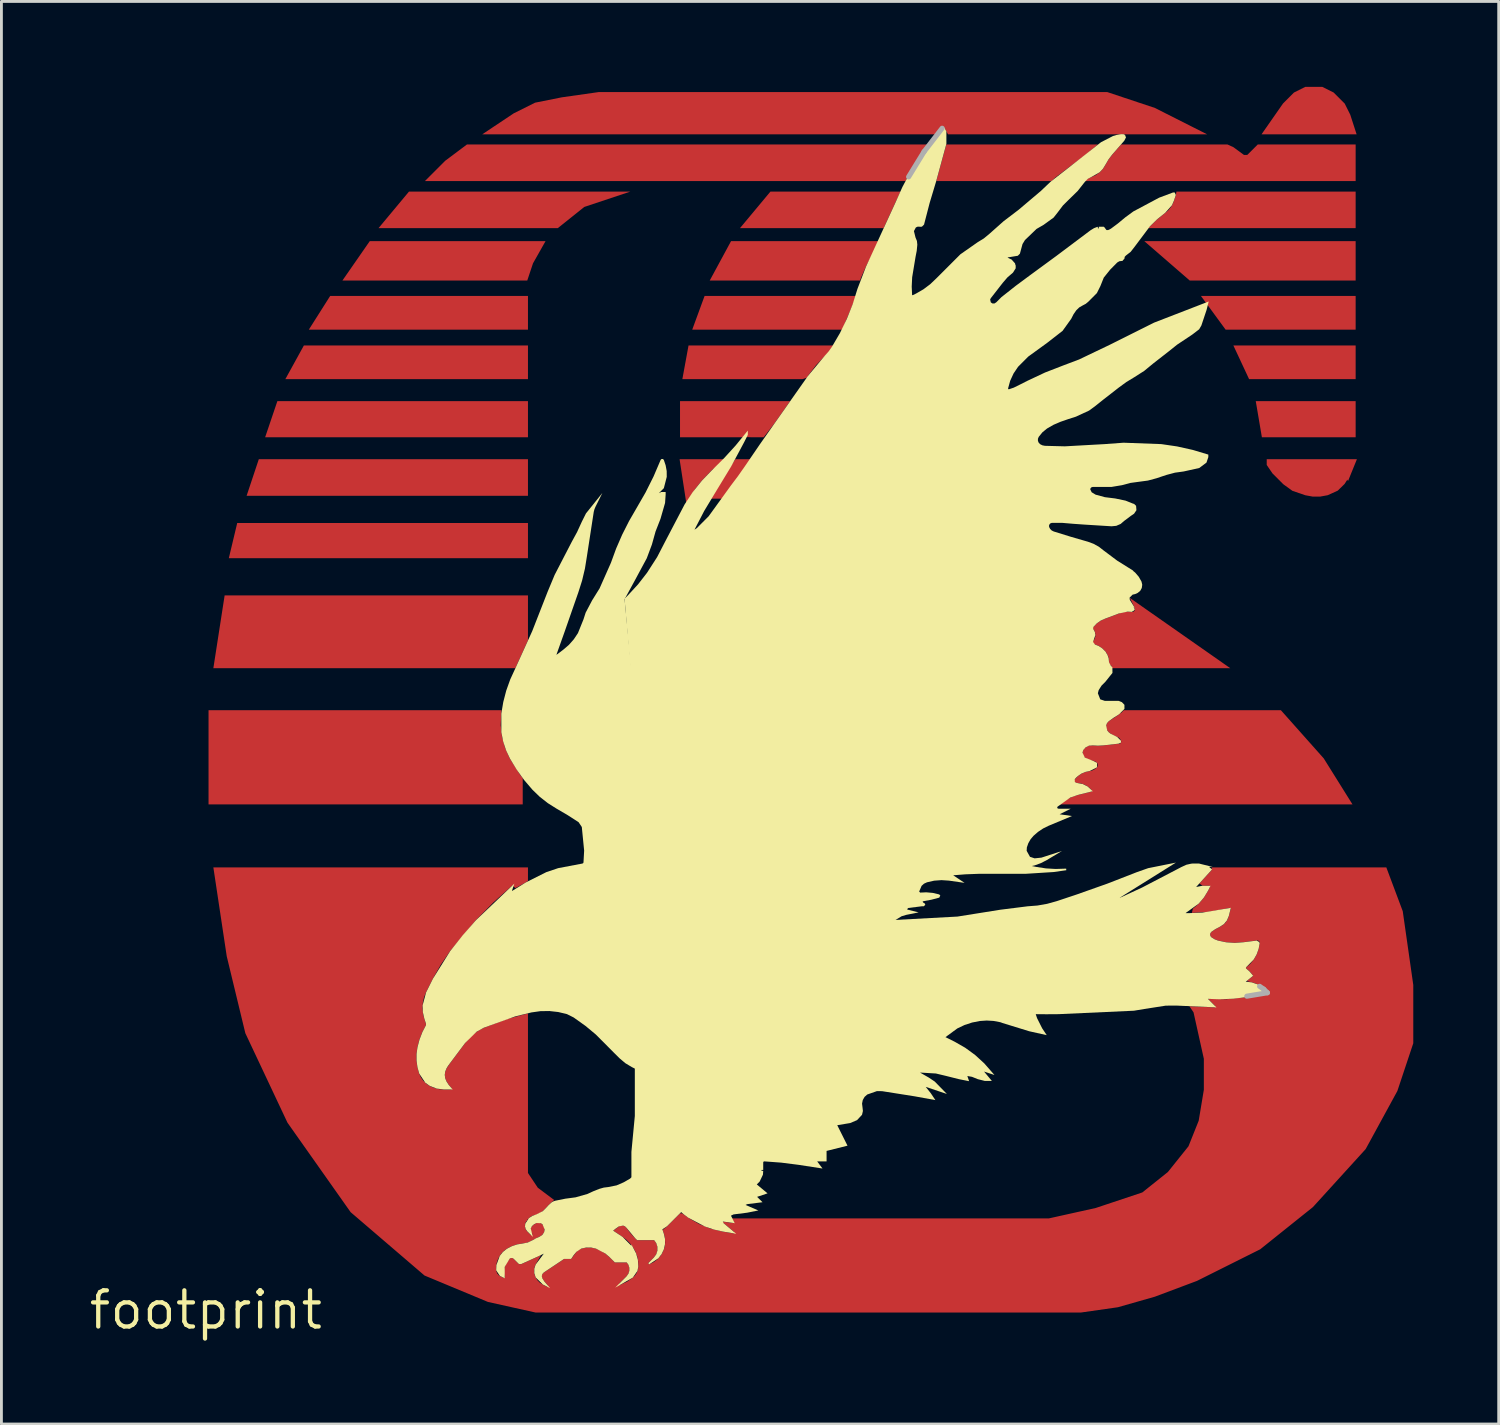
<source format=kicad_pcb>
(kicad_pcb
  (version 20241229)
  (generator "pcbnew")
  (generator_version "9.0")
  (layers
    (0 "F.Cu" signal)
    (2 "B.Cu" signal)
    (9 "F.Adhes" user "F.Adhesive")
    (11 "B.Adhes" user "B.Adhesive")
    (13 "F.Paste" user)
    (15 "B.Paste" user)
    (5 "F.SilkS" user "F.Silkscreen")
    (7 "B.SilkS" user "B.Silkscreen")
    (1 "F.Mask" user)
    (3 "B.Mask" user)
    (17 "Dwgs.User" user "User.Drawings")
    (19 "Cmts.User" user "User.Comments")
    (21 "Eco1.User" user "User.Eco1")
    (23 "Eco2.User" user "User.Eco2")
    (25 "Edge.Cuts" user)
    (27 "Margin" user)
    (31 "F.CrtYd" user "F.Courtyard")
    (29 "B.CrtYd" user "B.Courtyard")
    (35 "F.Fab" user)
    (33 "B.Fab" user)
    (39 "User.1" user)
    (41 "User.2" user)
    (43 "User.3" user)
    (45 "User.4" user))
  (footprint "footprint"
    (layer "F.Cu")
    (at 4.18 42.956)
    (property "Reference" "footprint" (at 0 0 0) (layer "F.SilkS") (effects (font (size 1.27 1.27) (thickness 0.15))))
    (fp_poly (pts (xy 11.312 -34.429) (xy 3.616 -34.429) (xy 4.366 -35.613) (xy 11.312 -35.613)) (stroke (width 0) (type solid)) (fill yes) (layer "F.Cu"))
    (fp_poly (pts (xy 11.312 -32.69) (xy 2.791 -32.69) (xy 3.442 -33.873) (xy 11.312 -33.873)) (stroke (width 0) (type solid)) (fill yes) (layer "F.Cu"))
    (fp_poly (pts (xy 11.312 -30.65) (xy 2.082 -30.65) (xy 2.511 -31.918) (xy 11.312 -31.918)) (stroke (width 0) (type solid)) (fill yes) (layer "F.Cu"))
    (fp_poly (pts (xy 11.312 -28.594) (xy 1.431 -28.594) (xy 1.859 -29.878) (xy 11.312 -29.878)) (stroke (width 0) (type solid)) (fill yes) (layer "F.Cu"))
    (fp_poly (pts (xy 11.312 -26.402) (xy 0.806 -26.402) (xy 1.101 -27.638) (xy 11.312 -27.638)) (stroke (width 0) (type solid)) (fill yes) (layer "F.Cu"))
    (fp_poly (pts (xy 18.153 -28.494) (xy 17.656 -28.494) (xy 18.594 -29.878) (xy 19.214 -29.878)) (stroke (width 0) (type solid)) (fill yes) (layer "F.Cu"))
    (fp_poly (pts (xy 40.38 -36.153) (xy 34.554 -36.153) (xy 32.958 -37.537) (xy 40.38 -37.537)) (stroke (width 0) (type solid)) (fill yes) (layer "F.Cu"))
    (fp_poly (pts (xy 40.38 -34.429) (xy 35.813 -34.429) (xy 34.946 -35.613) (xy 40.38 -35.613)) (stroke (width 0) (type solid)) (fill yes) (layer "F.Cu"))
    (fp_poly (pts (xy 40.38 -32.69) (xy 36.638 -32.69) (xy 36.086 -33.873) (xy 40.38 -33.873)) (stroke (width 0) (type solid)) (fill yes) (layer "F.Cu"))
    (fp_poly (pts (xy 40.38 -30.65) (xy 37.087 -30.65) (xy 36.872 -31.918) (xy 40.38 -31.918)) (stroke (width 0) (type solid)) (fill yes) (layer "F.Cu"))
    (fp_poly (pts (xy 11.312 -23.517) (xy 10.868 -22.539) (xy 0.263 -22.539) (xy 0.659 -25.095) (xy 11.312 -25.095)) (stroke (width 0) (type solid)) (fill yes) (layer "F.Cu"))
    (fp_poly (pts (xy 11.489 -36.758) (xy 11.287 -36.153) (xy 4.795 -36.153) (xy 5.756 -37.537) (xy 11.929 -37.537)) (stroke (width 0) (type solid)) (fill yes) (layer "F.Cu"))
    (fp_poly (pts (xy 13.29 -38.738) (xy 12.358 -37.993) (xy 6.063 -37.993) (xy 7.133 -39.277) (xy 14.905 -39.277)) (stroke (width 0) (type solid)) (fill yes) (layer "F.Cu"))
    (fp_poly (pts (xy 22.649 -35.147) (xy 22.454 -34.679) (xy 22.368 -34.429) (xy 17.081 -34.429) (xy 17.515 -35.613) (xy 22.848 -35.613)) (stroke (width 0) (type solid)) (fill yes) (layer "F.Cu"))
    (fp_poly (pts (xy 24.21 -38.88) (xy 24.21 -38.88) (xy 24.204 -38.868) (xy 24.199 -38.857) (xy 24.199 -38.856) (xy 23.802 -37.993) (xy 18.757 -37.993) (xy 19.827 -39.277) (xy 24.398 -39.277)) (stroke (width 0) (type solid)) (fill yes) (layer "F.Cu"))
    (fp_poly (pts (xy 39.608 -42.756) (xy 39.996 -42.368) (xy 40.19 -41.98) (xy 40.414 -41.288) (xy 37.074 -41.288) (xy 37.83 -42.372) (xy 38.213 -42.756) (xy 38.613 -42.956) (xy 39.208 -42.956)) (stroke (width 0) (type solid)) (fill yes) (layer "F.Cu"))
    (fp_poly (pts (xy 20.006 -31.189) (xy 20.006 -31.189) (xy 19.997 -31.176) (xy 19.991 -31.168) (xy 19.992 -31.165) (xy 19.591 -30.65) (xy 19.138 -30.65) (xy 18.885 -30.661) (xy 18.879 -30.65) (xy 16.652 -30.65) (xy 16.652 -31.918) (xy 20.519 -31.918)) (stroke (width 0) (type solid)) (fill yes) (layer "F.Cu"))
    (fp_poly (pts (xy 17.805 -29.528) (xy 17.781 -29.503) (xy 17.768 -29.49) (xy 17.768 -29.49) (xy 17.428 -29.137) (xy 17.426 -29.137) (xy 17.42 -29.129) (xy 17.411 -29.12) (xy 17.411 -29.118) (xy 17.182 -28.832) (xy 16.874 -28.326) (xy 16.637 -29.878) (xy 18.327 -29.878)) (stroke (width 0) (type solid)) (fill yes) (layer "F.Cu"))
    (fp_poly (pts (xy 23.198 -36.679) (xy 23.181 -36.642) (xy 23.177 -36.633) (xy 23.177 -36.633) (xy 23.016 -36.271) (xy 23.015 -36.27) (xy 23.011 -36.26) (xy 23.006 -36.249) (xy 23.007 -36.247) (xy 22.976 -36.153) (xy 17.695 -36.153) (xy 18.444 -37.537) (xy 23.656 -37.537)) (stroke (width 0) (type solid)) (fill yes) (layer "F.Cu"))
    (fp_poly (pts (xy 21.435 -33.187) (xy 21.435 -33.187) (xy 21.428 -33.178) (xy 21.42 -33.169) (xy 21.42 -33.168) (xy 21.149 -32.812) (xy 21.149 -32.812) (xy 21.142 -32.803) (xy 21.135 -32.793) (xy 21.141 -32.753) (xy 20.949 -32.69) (xy 16.734 -32.69) (xy 16.951 -33.873) (xy 22.095 -33.873)) (stroke (width 0) (type solid)) (fill yes) (layer "F.Cu"))
    (fp_poly (pts (xy 40.112 -29.11) (xy 40.088 -29.162) (xy 39.993 -29.011) (xy 39.752 -28.775) (xy 39.398 -28.614) (xy 39.135 -28.566) (xy 38.87 -28.566) (xy 38.612 -28.613) (xy 38.158 -28.769) (xy 37.84 -28.999) (xy 37.461 -29.378) (xy 37.257 -29.676) (xy 37.257 -29.878) (xy 40.424 -29.878)) (stroke (width 0) (type solid)) (fill yes) (layer "F.Cu"))
    (fp_poly (pts (xy 25.204 -40.707) (xy 25.202 -40.707) (xy 25.196 -40.697) (xy 25.19 -40.688) (xy 25.19 -40.686) (xy 24.658 -39.82) (xy 24.657 -39.819) (xy 24.652 -39.809) (xy 24.646 -39.799) (xy 24.646 -39.798) (xy 24.575 -39.648) (xy 7.694 -39.648) (xy 8.404 -40.359) (xy 9.169 -40.932) (xy 25.378 -40.932)) (stroke (width 0) (type solid)) (fill yes) (layer "F.Cu"))
    (fp_poly (pts (xy 30.838 -40.52) (xy 30.415 -40.21) (xy 30.415 -40.21) (xy 30.409 -40.206) (xy 30.399 -40.199) (xy 30.399 -40.199) (xy 29.853 -39.786) (xy 29.851 -39.786) (xy 29.843 -39.779) (xy 29.833 -39.772) (xy 29.833 -39.77) (xy 29.701 -39.648) (xy 25.652 -39.648) (xy 26.003 -40.932) (xy 31.328 -40.932)) (stroke (width 0) (type solid)) (fill yes) (layer "F.Cu"))
    (fp_poly (pts (xy 33.334 -42.213) (xy 35.165 -41.288) (xy 26.063 -41.288) (xy 25.935 -41.53) (xy 25.928 -41.531) (xy 25.923 -41.54) (xy 25.917 -41.541) (xy 25.912 -41.545) (xy 25.902 -41.543) (xy 25.893 -41.549) (xy 25.887 -41.548) (xy 25.881 -41.549) (xy 25.872 -41.543) (xy 25.862 -41.545) (xy 25.857 -41.541) (xy 25.852 -41.54) (xy 25.847 -41.532) (xy 25.842 -41.532) (xy 25.71 -41.288) (xy 9.705 -41.288) (xy 10.809 -42.024) (xy 11.561 -42.4) (xy 12.495 -42.587) (xy 13.792 -42.772) (xy 31.658 -42.772)) (stroke (width 0) (type solid)) (fill yes) (layer "F.Cu"))
    (fp_poly (pts (xy 36.089 -40.836) (xy 36.457 -40.565) (xy 36.574 -40.565) (xy 36.942 -40.932) (xy 40.38 -40.932) (xy 40.38 -39.648) (xy 30.787 -39.648) (xy 31.241 -39.852) (xy 31.245 -39.851) (xy 31.253 -39.857) (xy 31.262 -39.861) (xy 31.263 -39.865) (xy 31.381 -39.949) (xy 31.384 -39.949) (xy 31.391 -39.956) (xy 31.399 -39.962) (xy 31.4 -39.965) (xy 31.499 -40.071) (xy 31.502 -40.072) (xy 31.507 -40.08) (xy 31.514 -40.087) (xy 31.514 -40.091) (xy 31.589 -40.211) (xy 31.589 -40.211) (xy 31.596 -40.222) (xy 31.603 -40.234) (xy 31.603 -40.235) (xy 31.703 -40.409) (xy 31.834 -40.579) (xy 32.142 -40.932) (xy 35.879 -40.932)) (stroke (width 0) (type solid)) (fill yes) (layer "F.Cu"))
    (fp_poly (pts (xy 10.374 -20.944) (xy 10.372 -20.933) (xy 10.374 -20.931) (xy 10.356 -20.548) (xy 10.355 -20.546) (xy 10.356 -20.536) (xy 10.355 -20.525) (xy 10.357 -20.523) (xy 10.4 -20.141) (xy 10.399 -20.139) (xy 10.401 -20.129) (xy 10.403 -20.118) (xy 10.405 -20.117) (xy 10.507 -19.747) (xy 10.506 -19.744) (xy 10.51 -19.734) (xy 10.513 -19.724) (xy 10.515 -19.723) (xy 10.673 -19.374) (xy 10.673 -19.371) (xy 10.679 -19.362) (xy 10.683 -19.352) (xy 10.686 -19.351) (xy 11.032 -18.804) (xy 11.032 -18.802) (xy 11.039 -18.793) (xy 11.044 -18.784) (xy 11.046 -18.784) (xy 11.128 -18.684) (xy 11.128 -17.756) (xy 0.094 -17.756) (xy 0.094 -21.063) (xy 10.38 -21.063)) (stroke (width 0) (type solid)) (fill yes) (layer "F.Cu"))
    (fp_poly (pts (xy 40.38 -37.993) (xy 33.094 -37.993) (xy 33.412 -38.304) (xy 33.683 -38.523) (xy 33.684 -38.523) (xy 33.692 -38.53) (xy 33.702 -38.538) (xy 33.702 -38.539) (xy 33.785 -38.61) (xy 33.788 -38.61) (xy 33.795 -38.618) (xy 33.803 -38.625) (xy 33.803 -38.628) (xy 33.875 -38.713) (xy 33.878 -38.714) (xy 33.883 -38.723) (xy 33.89 -38.731) (xy 33.89 -38.733) (xy 33.947 -38.829) (xy 33.949 -38.83) (xy 33.953 -38.84) (xy 33.959 -38.849) (xy 33.958 -38.852) (xy 33.999 -38.954) (xy 34 -38.954) (xy 34.003 -38.965) (xy 34.007 -38.975) (xy 34.007 -38.976) (xy 34.06 -39.137) (xy 34.063 -39.138) (xy 34.064 -39.148) (xy 34.07 -39.167) (xy 34.069 -39.174) (xy 34.086 -39.277) (xy 40.38 -39.277)) (stroke (width 0) (type solid)) (fill yes) (layer "F.Cu"))
    (fp_poly (pts (xy 35.977 -22.539) (xy 31.82 -22.539) (xy 31.819 -22.6) (xy 31.813 -22.606) (xy 31.809 -22.614) (xy 31.806 -22.615) (xy 31.772 -22.645) (xy 31.746 -22.671) (xy 31.733 -22.691) (xy 31.724 -22.716) (xy 31.721 -22.746) (xy 31.715 -22.832) (xy 31.717 -22.835) (xy 31.715 -22.845) (xy 31.714 -22.856) (xy 31.712 -22.858) (xy 31.694 -22.932) (xy 31.695 -22.935) (xy 31.691 -22.945) (xy 31.688 -22.955) (xy 31.686 -22.957) (xy 31.655 -23.027) (xy 31.656 -23.03) (xy 31.65 -23.039) (xy 31.646 -23.048) (xy 31.643 -23.049) (xy 31.6 -23.114) (xy 31.6 -23.117) (xy 31.593 -23.124) (xy 31.588 -23.133) (xy 31.584 -23.134) (xy 31.495 -23.225) (xy 31.494 -23.228) (xy 31.486 -23.234) (xy 31.479 -23.241) (xy 31.476 -23.241) (xy 31.369 -23.312) (xy 31.368 -23.315) (xy 31.358 -23.319) (xy 31.35 -23.324) (xy 31.347 -23.324) (xy 31.221 -23.374) (xy 31.126 -23.418) (xy 31.175 -23.509) (xy 31.209 -23.569) (xy 31.213 -23.571) (xy 31.216 -23.58) (xy 31.22 -23.588) (xy 31.219 -23.593) (xy 31.235 -23.651) (xy 31.238 -23.654) (xy 31.238 -23.663) (xy 31.24 -23.672) (xy 31.238 -23.676) (xy 31.238 -23.736) (xy 31.24 -23.74) (xy 31.238 -23.749) (xy 31.238 -23.758) (xy 31.235 -23.761) (xy 31.219 -23.819) (xy 31.22 -23.824) (xy 31.216 -23.831) (xy 31.213 -23.84) (xy 31.209 -23.842) (xy 31.144 -23.956) (xy 31.288 -24.11) (xy 31.425 -24.207) (xy 31.58 -24.277) (xy 32.06 -24.457) (xy 32.212 -24.505) (xy 32.368 -24.525) (xy 32.518 -24.516) (xy 32.519 -24.515) (xy 32.527 -24.515) (xy 32.542 -24.515) (xy 32.543 -24.516) (xy 32.565 -24.517) (xy 32.571 -24.524) (xy 32.581 -24.524) (xy 32.586 -24.529) (xy 32.592 -24.532) (xy 32.596 -24.542) (xy 32.606 -24.545) (xy 32.608 -24.552) (xy 32.614 -24.557) (xy 32.614 -24.567) (xy 32.621 -24.573) (xy 32.621 -24.581) (xy 32.624 -24.586) (xy 32.618 -24.599) (xy 32.624 -24.606) (xy 32.622 -24.611) (xy 32.623 -24.619) (xy 32.619 -24.623) (xy 32.601 -24.694) (xy 32.602 -24.698) (xy 32.446 -25.01)) (stroke (width 0) (type solid)) (fill yes) (layer "F.Cu"))
    (fp_poly (pts (xy 39.259 -19.372) (xy 40.269 -17.756) (xy 29.977 -17.756) (xy 30.231 -17.928) (xy 30.417 -18.019) (xy 30.615 -18.084) (xy 31.091 -18.203) (xy 31.101 -18.203) (xy 31.104 -18.206) (xy 31.108 -18.207) (xy 31.113 -18.215) (xy 31.119 -18.222) (xy 31.119 -18.226) (xy 31.122 -18.23) (xy 31.119 -18.239) (xy 31.119 -18.248) (xy 31.116 -18.251) (xy 31.115 -18.255) (xy 31.107 -18.26) (xy 31.018 -18.348) (xy 31.017 -18.351) (xy 31.008 -18.357) (xy 31.002 -18.364) (xy 30.998 -18.364) (xy 30.897 -18.428) (xy 30.896 -18.431) (xy 30.887 -18.435) (xy 30.878 -18.44) (xy 30.875 -18.439) (xy 30.763 -18.481) (xy 30.761 -18.484) (xy 30.751 -18.486) (xy 30.742 -18.489) (xy 30.739 -18.488) (xy 30.61 -18.507) (xy 30.419 -18.543) (xy 30.627 -18.751) (xy 30.75 -18.835) (xy 30.886 -18.893) (xy 31.022 -18.922) (xy 31.022 -18.922) (xy 31.031 -18.924) (xy 31.046 -18.928) (xy 31.046 -18.928) (xy 31.115 -18.944) (xy 31.119 -18.943) (xy 31.127 -18.947) (xy 31.136 -18.949) (xy 31.138 -18.953) (xy 31.204 -18.986) (xy 31.208 -18.985) (xy 31.215 -18.991) (xy 31.224 -18.996) (xy 31.225 -18.999) (xy 31.282 -19.047) (xy 31.287 -19.048) (xy 31.291 -19.055) (xy 31.305 -19.066) (xy 31.308 -19.078) (xy 31.31 -19.079) (xy 31.312 -19.084) (xy 31.316 -19.09) (xy 31.313 -19.104) (xy 31.323 -19.113) (xy 31.323 -19.119) (xy 31.324 -19.125) (xy 31.317 -19.138) (xy 31.324 -19.15) (xy 31.323 -19.155) (xy 31.323 -19.161) (xy 31.313 -19.17) (xy 31.316 -19.184) (xy 31.312 -19.189) (xy 31.31 -19.195) (xy 31.309 -19.196) (xy 31.305 -19.207) (xy 31.291 -19.219) (xy 31.287 -19.225) (xy 31.265 -19.229) (xy 31.258 -19.249) (xy 31.25 -19.253) (xy 31.244 -19.258) (xy 31.219 -19.255) (xy 31.209 -19.275) (xy 31.203 -19.277) (xy 31.194 -19.281) (xy 31.193 -19.28) (xy 31.151 -19.289) (xy 31.144 -19.29) (xy 31.143 -19.29) (xy 31.05 -19.31) (xy 30.954 -19.348) (xy 30.866 -19.403) (xy 30.832 -19.436) (xy 30.806 -19.477) (xy 30.791 -19.523) (xy 30.787 -19.57) (xy 30.795 -19.618) (xy 30.814 -19.661) (xy 30.861 -19.724) (xy 30.921 -19.773) (xy 30.99 -19.808) (xy 31.066 -19.826) (xy 31.147 -19.826) (xy 31.315 -19.817) (xy 31.317 -19.816) (xy 31.328 -19.816) (xy 31.339 -19.816) (xy 31.34 -19.817) (xy 31.497 -19.826) (xy 31.498 -19.825) (xy 31.51 -19.827) (xy 31.523 -19.827) (xy 31.524 -19.828) (xy 32.053 -19.887) (xy 32.061 -19.882) (xy 32.068 -19.883) (xy 32.075 -19.882) (xy 32.082 -19.888) (xy 32.091 -19.886) (xy 32.096 -19.89) (xy 32.103 -19.892) (xy 32.108 -19.899) (xy 32.117 -19.901) (xy 32.121 -19.907) (xy 32.127 -19.911) (xy 32.128 -19.92) (xy 32.136 -19.924) (xy 32.137 -19.931) (xy 32.141 -19.937) (xy 32.14 -19.946) (xy 32.145 -19.953) (xy 32.144 -19.96) (xy 32.145 -19.966) (xy 32.142 -19.972) (xy 32.144 -19.979) (xy 32.14 -19.988) (xy 32.139 -19.996) (xy 32.121 -20.009) (xy 32.123 -20.028) (xy 32.118 -20.035) (xy 32.106 -20.058) (xy 32.086 -20.075) (xy 32.069 -20.095) (xy 32.045 -20.107) (xy 32.038 -20.112) (xy 32.038 -20.112) (xy 32.004 -20.127) (xy 31.991 -20.133) (xy 31.991 -20.132) (xy 31.88 -20.179) (xy 31.767 -20.245) (xy 31.705 -20.296) (xy 31.655 -20.356) (xy 31.629 -20.41) (xy 31.616 -20.467) (xy 31.618 -20.526) (xy 31.635 -20.582) (xy 31.666 -20.633) (xy 31.709 -20.675) (xy 32.055 -20.906) (xy 32.056 -20.906) (xy 32.069 -20.915) (xy 32.078 -20.921) (xy 32.085 -20.958) (xy 32.132 -20.958) (xy 32.14 -20.965) (xy 32.148 -20.971) (xy 32.149 -20.974) (xy 32.195 -21.021) (xy 32.198 -21.021) (xy 32.205 -21.03) (xy 32.238 -21.063) (xy 37.755 -21.063)) (stroke (width 0) (type solid)) (fill yes) (layer "F.Cu"))
    (fp_poly (pts (xy 11.312 -15.066) (xy 11.232 -15.016) (xy 11.221 -15.01) (xy 11.22 -15.006) (xy 10.874 -14.815) (xy 10.806 -14.868) (xy 10.79 -14.892) (xy 10.789 -14.894) (xy 10.785 -14.896) (xy 10.782 -14.899) (xy 10.773 -14.9) (xy 10.764 -14.903) (xy 10.76 -14.901) (xy 10.756 -14.901) (xy 10.749 -14.895) (xy 10.741 -14.891) (xy 10.739 -14.886) (xy 10.104 -14.319) (xy 10.102 -14.319) (xy 10.095 -14.311) (xy 10.086 -14.303) (xy 10.086 -14.301) (xy 9.489 -13.696) (xy 9.488 -13.696) (xy 9.481 -13.688) (xy 9.472 -13.679) (xy 9.472 -13.677) (xy 8.585 -12.613) (xy 8.583 -12.612) (xy 8.577 -12.602) (xy 8.569 -12.594) (xy 8.57 -12.592) (xy 8.262 -12.143) (xy 8.26 -12.143) (xy 8.254 -12.132) (xy 8.248 -12.122) (xy 8.248 -12.121) (xy 7.979 -11.648) (xy 7.978 -11.648) (xy 7.973 -11.637) (xy 7.967 -11.626) (xy 7.967 -11.625) (xy 7.737 -11.165) (xy 7.736 -11.164) (xy 7.732 -11.154) (xy 7.727 -11.143) (xy 7.727 -11.142) (xy 7.667 -10.99) (xy 7.665 -10.988) (xy 7.662 -10.978) (xy 7.658 -10.968) (xy 7.659 -10.965) (xy 7.623 -10.805) (xy 7.621 -10.803) (xy 7.62 -10.792) (xy 7.618 -10.782) (xy 7.62 -10.78) (xy 7.609 -10.615) (xy 7.607 -10.613) (xy 7.608 -10.603) (xy 7.607 -10.592) (xy 7.609 -10.59) (xy 7.624 -10.426) (xy 7.622 -10.423) (xy 7.625 -10.413) (xy 7.626 -10.403) (xy 7.628 -10.401) (xy 7.667 -10.242) (xy 7.667 -10.241) (xy 7.67 -10.23) (xy 7.673 -10.218) (xy 7.674 -10.218) (xy 7.729 -10.054) (xy 7.729 -10.006) (xy 7.609 -9.773) (xy 7.607 -9.773) (xy 7.603 -9.763) (xy 7.598 -9.752) (xy 7.598 -9.75) (xy 7.505 -9.509) (xy 7.504 -9.508) (xy 7.501 -9.498) (xy 7.497 -9.487) (xy 7.498 -9.486) (xy 7.432 -9.235) (xy 7.43 -9.234) (xy 7.429 -9.223) (xy 7.426 -9.213) (xy 7.427 -9.211) (xy 7.399 -9.005) (xy 7.397 -9.003) (xy 7.397 -8.993) (xy 7.396 -8.982) (xy 7.397 -8.98) (xy 7.397 -8.772) (xy 7.396 -8.77) (xy 7.397 -8.76) (xy 7.397 -8.748) (xy 7.399 -8.747) (xy 7.426 -8.542) (xy 7.425 -8.54) (xy 7.428 -8.529) (xy 7.43 -8.518) (xy 7.432 -8.517) (xy 7.487 -8.316) (xy 7.486 -8.314) (xy 7.49 -8.304) (xy 7.493 -8.294) (xy 7.495 -8.293) (xy 7.546 -8.182) (xy 7.545 -8.179) (xy 7.552 -8.17) (xy 7.556 -8.161) (xy 7.559 -8.16) (xy 7.629 -8.06) (xy 7.629 -8.057) (xy 7.637 -8.05) (xy 7.643 -8.042) (xy 7.646 -8.041) (xy 7.734 -7.956) (xy 7.734 -7.953) (xy 7.743 -7.947) (xy 7.75 -7.94) (xy 7.753 -7.94) (xy 7.855 -7.873) (xy 7.856 -7.87) (xy 7.866 -7.866) (xy 7.874 -7.861) (xy 7.877 -7.861) (xy 8.012 -7.803) (xy 8.014 -7.8) (xy 8.024 -7.798) (xy 8.033 -7.794) (xy 8.036 -7.795) (xy 8.178 -7.759) (xy 8.18 -7.757) (xy 8.19 -7.756) (xy 8.201 -7.753) (xy 8.203 -7.755) (xy 8.347 -7.743) (xy 8.348 -7.742) (xy 8.361 -7.742) (xy 8.372 -7.741) (xy 8.373 -7.742) (xy 8.601 -7.742) (xy 8.613 -7.741) (xy 8.614 -7.742) (xy 8.616 -7.742) (xy 8.624 -7.75) (xy 8.633 -7.758) (xy 8.633 -7.76) (xy 8.634 -7.76) (xy 8.634 -7.773) (xy 8.635 -7.784) (xy 8.634 -7.785) (xy 8.634 -7.787) (xy 8.626 -7.796) (xy 8.53 -7.907) (xy 8.451 -8.029) (xy 8.413 -8.116) (xy 8.395 -8.208) (xy 8.395 -8.302) (xy 8.413 -8.394) (xy 8.45 -8.48) (xy 8.569 -8.658) (xy 9.108 -9.377) (xy 9.243 -9.543) (xy 9.398 -9.688) (xy 9.57 -9.81) (xy 9.758 -9.909) (xy 10.582 -10.223) (xy 11.312 -10.416) (xy 11.312 -4.811) (xy 11.657 -4.294) (xy 12.231 -3.863) (xy 12.13 -3.771) (xy 12.121 -3.765) (xy 12.121 -3.763) (xy 12.042 -3.691) (xy 12.041 -3.691) (xy 12.033 -3.682) (xy 12.024 -3.674) (xy 12.024 -3.673) (xy 11.946 -3.588) (xy 11.828 -3.47) (xy 11.758 -3.421) (xy 11.682 -3.382) (xy 11.622 -3.363) (xy 11.613 -3.36) (xy 11.613 -3.336) (xy 11.528 -3.336) (xy 11.51 -3.327) (xy 11.5 -3.324) (xy 11.499 -3.322) (xy 11.437 -3.29) (xy 11.434 -3.291) (xy 11.425 -3.285) (xy 11.416 -3.28) (xy 11.415 -3.277) (xy 11.357 -3.236) (xy 11.354 -3.236) (xy 11.347 -3.229) (xy 11.339 -3.223) (xy 11.333 -3.189) (xy 11.297 -3.181) (xy 11.292 -3.173) (xy 11.284 -3.166) (xy 11.285 -3.13) (xy 11.251 -3.116) (xy 11.247 -3.107) (xy 11.242 -3.099) (xy 11.243 -3.095) (xy 11.222 -3.045) (xy 11.218 -3.042) (xy 11.217 -3.033) (xy 11.213 -3.025) (xy 11.225 -2.996) (xy 11.204 -2.97) (xy 11.205 -2.961) (xy 11.204 -2.953) (xy 11.21 -2.945) (xy 11.21 -2.897) (xy 11.243 -2.811) (xy 11.315 -2.729) (xy 11.416 -2.627) (xy 11.459 -2.648) (xy 11.472 -2.661) (xy 11.421 -2.73) (xy 11.406 -2.804) (xy 11.419 -2.902) (xy 11.498 -2.987) (xy 11.6 -3.051) (xy 11.705 -3.064) (xy 11.789 -3.036) (xy 11.863 -2.954) (xy 11.894 -2.857) (xy 11.886 -2.746) (xy 11.84 -2.667) (xy 11.784 -2.609) (xy 11.47 -2.45) (xy 11.362 -2.393) (xy 11.246 -2.355) (xy 11.172 -2.343) (xy 11.164 -2.341) (xy 11.148 -2.339) (xy 11.148 -2.339) (xy 10.943 -2.305) (xy 10.94 -2.307) (xy 10.93 -2.303) (xy 10.92 -2.302) (xy 10.919 -2.299) (xy 10.756 -2.245) (xy 10.753 -2.246) (xy 10.744 -2.241) (xy 10.734 -2.238) (xy 10.733 -2.235) (xy 10.581 -2.156) (xy 10.578 -2.156) (xy 10.569 -2.15) (xy 10.56 -2.145) (xy 10.559 -2.142) (xy 10.484 -2.087) (xy 10.481 -2.087) (xy 10.474 -2.079) (xy 10.465 -2.073) (xy 10.465 -2.07) (xy 10.398 -2.004) (xy 10.396 -2.004) (xy 10.389 -1.995) (xy 10.382 -1.987) (xy 10.382 -1.985) (xy 10.326 -1.909) (xy 10.324 -1.909) (xy 10.319 -1.899) (xy 10.312 -1.891) (xy 10.313 -1.888) (xy 10.264 -1.794) (xy 10.261 -1.793) (xy 10.258 -1.783) (xy 10.253 -1.774) (xy 10.254 -1.771) (xy 10.22 -1.671) (xy 10.218 -1.669) (xy 10.216 -1.659) (xy 10.213 -1.649) (xy 10.214 -1.647) (xy 10.197 -1.542) (xy 10.195 -1.54) (xy 10.195 -1.53) (xy 10.193 -1.519) (xy 10.195 -1.517) (xy 10.194 -1.411) (xy 10.192 -1.408) (xy 10.194 -1.398) (xy 10.194 -1.389) (xy 10.211 -1.371) (xy 10.202 -1.344) (xy 10.206 -1.335) (xy 10.208 -1.327) (xy 10.231 -1.312) (xy 10.229 -1.284) (xy 10.235 -1.277) (xy 10.239 -1.269) (xy 10.265 -1.26) (xy 10.271 -1.233) (xy 10.278 -1.228) (xy 10.292 -1.212) (xy 10.33 -1.193) (xy 10.339 -1.187) (xy 10.341 -1.188) (xy 10.45 -1.133) (xy 10.459 -1.127) (xy 10.462 -1.127) (xy 10.464 -1.126) (xy 10.474 -1.13) (xy 10.485 -1.132) (xy 10.487 -1.134) (xy 10.489 -1.135) (xy 10.493 -1.145) (xy 10.5 -1.154) (xy 10.499 -1.157) (xy 10.5 -1.159) (xy 10.497 -1.169) (xy 10.474 -1.283) (xy 10.474 -1.399) (xy 10.497 -1.512) (xy 10.538 -1.617) (xy 10.596 -1.714) (xy 10.669 -1.799) (xy 10.694 -1.817) (xy 10.723 -1.826) (xy 10.751 -1.826) (xy 10.779 -1.817) (xy 10.806 -1.798) (xy 10.963 -1.641) (xy 10.969 -1.635) (xy 10.994 -1.61) (xy 11.061 -1.61) (xy 11.068 -1.607) (xy 11.074 -1.61) (xy 11.08 -1.61) (xy 11.086 -1.615) (xy 11.772 -1.927) (xy 11.586 -1.606) (xy 11.583 -1.605) (xy 11.579 -1.595) (xy 11.574 -1.586) (xy 11.575 -1.583) (xy 11.544 -1.499) (xy 11.541 -1.496) (xy 11.54 -1.487) (xy 11.537 -1.478) (xy 11.538 -1.474) (xy 11.528 -1.384) (xy 11.525 -1.38) (xy 11.526 -1.371) (xy 11.525 -1.362) (xy 11.528 -1.359) (xy 11.538 -1.268) (xy 11.537 -1.264) (xy 11.54 -1.256) (xy 11.541 -1.246) (xy 11.544 -1.244) (xy 11.575 -1.159) (xy 11.574 -1.155) (xy 11.58 -1.147) (xy 11.583 -1.138) (xy 11.586 -1.136) (xy 11.639 -1.055) (xy 11.639 -1.051) (xy 11.646 -1.044) (xy 11.651 -1.036) (xy 11.655 -1.035) (xy 11.723 -0.966) (xy 11.724 -0.963) (xy 11.732 -0.958) (xy 11.739 -0.951) (xy 11.743 -0.951) (xy 11.823 -0.899) (xy 11.823 -0.897) (xy 11.833 -0.892) (xy 11.843 -0.886) (xy 11.844 -0.887) (xy 11.949 -0.834) (xy 11.954 -0.829) (xy 11.96 -0.829) (xy 11.967 -0.826) (xy 11.973 -0.828) (xy 11.98 -0.827) (xy 11.985 -0.832) (xy 11.992 -0.834) (xy 11.995 -0.84) (xy 12 -0.845) (xy 12 -0.851) (xy 12.003 -0.857) (xy 12.001 -0.864) (xy 12.002 -0.871) (xy 11.997 -0.876) (xy 11.995 -0.883) (xy 11.989 -0.886) (xy 11.895 -0.993) (xy 11.817 -1.115) (xy 11.802 -1.158) (xy 11.8 -1.203) (xy 11.811 -1.246) (xy 11.834 -1.284) (xy 11.868 -1.316) (xy 12.028 -1.422) (xy 12.028 -1.422) (xy 12.029 -1.422) (xy 12.049 -1.436) (xy 12.049 -1.436) (xy 12.58 -1.79) (xy 12.8 -1.79) (xy 12.802 -1.789) (xy 12.813 -1.79) (xy 12.824 -1.79) (xy 12.826 -1.792) (xy 12.829 -1.793) (xy 12.835 -1.801) (xy 12.843 -1.809) (xy 12.843 -1.812) (xy 13.015 -2.041) (xy 13.064 -2.088) (xy 13.12 -2.125) (xy 13.182 -2.152) (xy 13.31 -2.185) (xy 13.442 -2.196) (xy 13.574 -2.185) (xy 13.703 -2.152) (xy 13.873 -2.079) (xy 14.03 -1.981) (xy 14.172 -1.859) (xy 14.33 -1.701) (xy 14.336 -1.695) (xy 14.36 -1.67) (xy 14.779 -1.67) (xy 14.821 -1.618) (xy 14.855 -1.547) (xy 14.872 -1.47) (xy 14.872 -1.392) (xy 14.855 -1.315) (xy 14.821 -1.245) (xy 14.771 -1.182) (xy 14.536 -0.947) (xy 14.529 -0.944) (xy 14.527 -0.938) (xy 14.522 -0.933) (xy 14.522 -0.926) (xy 14.52 -0.919) (xy 14.522 -0.913) (xy 14.522 -0.907) (xy 14.528 -0.902) (xy 14.531 -0.895) (xy 14.537 -0.893) (xy 14.541 -0.888) (xy 14.549 -0.888) (xy 14.556 -0.886) (xy 14.561 -0.888) (xy 14.567 -0.888) (xy 14.573 -0.894) (xy 14.78 -0.989) (xy 14.783 -0.988) (xy 14.791 -0.994) (xy 14.8 -0.998) (xy 14.802 -1.001) (xy 14.985 -1.129) (xy 14.989 -1.129) (xy 14.996 -1.136) (xy 15.004 -1.142) (xy 15.005 -1.145) (xy 15.063 -1.206) (xy 15.067 -1.207) (xy 15.072 -1.215) (xy 15.079 -1.222) (xy 15.079 -1.226) (xy 15.125 -1.297) (xy 15.128 -1.299) (xy 15.132 -1.308) (xy 15.137 -1.316) (xy 15.136 -1.32) (xy 15.166 -1.399) (xy 15.169 -1.401) (xy 15.171 -1.411) (xy 15.174 -1.42) (xy 15.173 -1.423) (xy 15.186 -1.507) (xy 15.188 -1.509) (xy 15.188 -1.519) (xy 15.189 -1.529) (xy 15.187 -1.532) (xy 15.183 -1.686) (xy 15.185 -1.689) (xy 15.183 -1.699) (xy 15.183 -1.71) (xy 15.181 -1.711) (xy 15.152 -1.863) (xy 15.153 -1.865) (xy 15.15 -1.875) (xy 15.148 -1.885) (xy 15.145 -1.887) (xy 15.093 -2.032) (xy 15.094 -2.034) (xy 15.089 -2.044) (xy 15.085 -2.054) (xy 15.083 -2.055) (xy 15.008 -2.189) (xy 15.008 -2.192) (xy 15.002 -2.2) (xy 14.997 -2.209) (xy 14.994 -2.21) (xy 14.903 -2.33) (xy 14.903 -2.332) (xy 14.895 -2.339) (xy 14.888 -2.348) (xy 14.886 -2.349) (xy 14.78 -2.455) (xy 14.78 -2.457) (xy 14.771 -2.464) (xy 14.763 -2.472) (xy 14.761 -2.472) (xy 14.643 -2.562) (xy 14.643 -2.563) (xy 14.632 -2.57) (xy 14.623 -2.577) (xy 14.622 -2.577) (xy 14.309 -2.785) (xy 14.511 -2.937) (xy 14.555 -2.958) (xy 14.602 -2.967) (xy 14.65 -2.963) (xy 14.696 -2.948) (xy 14.736 -2.922) (xy 14.77 -2.884) (xy 14.904 -2.707) (xy 14.904 -2.705) (xy 14.912 -2.697) (xy 14.919 -2.688) (xy 14.921 -2.687) (xy 15.063 -2.531) (xy 15.063 -2.531) (xy 15.072 -2.522) (xy 15.08 -2.513) (xy 15.081 -2.513) (xy 15.143 -2.451) (xy 15.741 -2.451) (xy 15.795 -2.384) (xy 15.837 -2.297) (xy 15.859 -2.201) (xy 15.859 -2.104) (xy 15.837 -2.009) (xy 15.795 -1.921) (xy 15.733 -1.844) (xy 15.557 -1.668) (xy 15.55 -1.664) (xy 15.548 -1.659) (xy 15.544 -1.655) (xy 15.544 -1.647) (xy 15.542 -1.639) (xy 15.544 -1.634) (xy 15.544 -1.629) (xy 15.55 -1.623) (xy 15.554 -1.616) (xy 15.559 -1.614) (xy 15.563 -1.61) (xy 15.571 -1.61) (xy 15.579 -1.607) (xy 15.584 -1.61) (xy 15.589 -1.61) (xy 15.595 -1.616) (xy 15.721 -1.678) (xy 15.724 -1.678) (xy 15.732 -1.684) (xy 15.741 -1.689) (xy 15.742 -1.692) (xy 15.851 -1.775) (xy 15.854 -1.775) (xy 15.861 -1.783) (xy 15.869 -1.789) (xy 15.869 -1.792) (xy 15.96 -1.894) (xy 15.963 -1.895) (xy 15.968 -1.904) (xy 15.975 -1.911) (xy 15.974 -1.915) (xy 16.044 -2.032) (xy 16.047 -2.033) (xy 16.05 -2.043) (xy 16.056 -2.052) (xy 16.055 -2.055) (xy 16.101 -2.183) (xy 16.103 -2.185) (xy 16.105 -2.195) (xy 16.108 -2.205) (xy 16.107 -2.208) (xy 16.128 -2.342) (xy 16.13 -2.345) (xy 16.13 -2.355) (xy 16.131 -2.365) (xy 16.129 -2.367) (xy 16.124 -2.504) (xy 16.126 -2.507) (xy 16.124 -2.516) (xy 16.124 -2.527) (xy 16.121 -2.529) (xy 16.091 -2.661) (xy 16.091 -2.662) (xy 16.088 -2.672) (xy 16.085 -2.684) (xy 16.084 -2.685) (xy 16.042 -2.811) (xy 16.111 -2.869) (xy 16.119 -2.873) (xy 16.12 -2.876) (xy 16.189 -2.932) (xy 16.191 -2.932) (xy 16.199 -2.941) (xy 16.207 -2.947) (xy 16.207 -2.949) (xy 16.45 -3.191) (xy 16.653 -3.395) (xy 16.723 -3.395) (xy 17.001 -3.204) (xy 17.311 -3.025) (xy 17.312 -3.022) (xy 17.321 -3.019) (xy 17.331 -3.013) (xy 17.334 -3.014) (xy 17.718 -2.86) (xy 17.719 -2.858) (xy 17.73 -2.855) (xy 17.74 -2.851) (xy 17.742 -2.852) (xy 18.143 -2.756) (xy 18.144 -2.755) (xy 18.155 -2.753) (xy 18.167 -2.75) (xy 18.168 -2.751) (xy 18.509 -2.694) (xy 18.512 -2.691) (xy 18.521 -2.692) (xy 18.53 -2.69) (xy 18.534 -2.693) (xy 18.538 -2.693) (xy 18.544 -2.7) (xy 18.551 -2.706) (xy 18.552 -2.71) (xy 18.555 -2.714) (xy 18.554 -2.723) (xy 18.556 -2.732) (xy 18.553 -2.735) (xy 18.553 -2.74) (xy 18.545 -2.746) (xy 18.54 -2.753) (xy 18.536 -2.754) (xy 18.107 -3.111) (xy 18.515 -3.053) (xy 18.525 -3.05) (xy 18.527 -3.052) (xy 18.531 -3.051) (xy 18.539 -3.057) (xy 18.548 -3.062) (xy 18.549 -3.065) (xy 18.552 -3.067) (xy 18.553 -3.077) (xy 18.557 -3.087) (xy 18.555 -3.09) (xy 18.555 -3.093) (xy 18.461 -3.217) (xy 29.61 -3.217) (xy 31.252 -3.582) (xy 32.888 -4.128) (xy 33.787 -4.847) (xy 34.509 -5.749) (xy 34.868 -6.647) (xy 35.049 -7.734) (xy 35.049 -8.821) (xy 34.687 -10.451) (xy 34.542 -10.667) (xy 35.403 -10.628) (xy 35.404 -10.628) (xy 35.414 -10.628) (xy 35.427 -10.627) (xy 35.428 -10.628) (xy 35.429 -10.628) (xy 35.438 -10.636) (xy 35.446 -10.644) (xy 35.447 -10.647) (xy 35.448 -10.648) (xy 35.448 -10.658) (xy 35.448 -10.671) (xy 35.448 -10.672) (xy 35.448 -10.673) (xy 35.439 -10.682) (xy 35.431 -10.69) (xy 35.43 -10.691) (xy 35.194 -10.927) (xy 35.827 -10.914) (xy 35.829 -10.913) (xy 35.84 -10.914) (xy 35.851 -10.914) (xy 35.852 -10.915) (xy 36.55 -10.988) (xy 36.551 -10.987) (xy 36.562 -10.989) (xy 36.574 -10.99) (xy 36.575 -10.991) (xy 37.282 -11.109) (xy 37.293 -11.109) (xy 37.295 -11.111) (xy 37.298 -11.111) (xy 37.304 -11.12) (xy 37.312 -11.128) (xy 37.312 -11.131) (xy 37.313 -11.133) (xy 37.312 -11.143) (xy 37.311 -11.154) (xy 37.309 -11.156) (xy 37.309 -11.159) (xy 37.3 -11.165) (xy 37.183 -11.281) (xy 37.182 -11.284) (xy 37.174 -11.29) (xy 37.166 -11.297) (xy 37.163 -11.297) (xy 37.033 -11.387) (xy 37.032 -11.39) (xy 37.024 -11.394) (xy 37.015 -11.4) (xy 37.012 -11.399) (xy 36.869 -11.465) (xy 36.867 -11.468) (xy 36.857 -11.471) (xy 36.848 -11.475) (xy 36.845 -11.474) (xy 36.552 -11.552) (xy 36.749 -11.709) (xy 36.749 -11.709) (xy 36.76 -11.718) (xy 36.768 -11.725) (xy 36.768 -11.726) (xy 36.769 -11.727) (xy 36.77 -11.74) (xy 36.772 -11.751) (xy 36.771 -11.752) (xy 36.771 -11.753) (xy 36.762 -11.763) (xy 36.756 -11.772) (xy 36.755 -11.772) (xy 36.659 -11.884) (xy 36.659 -11.887) (xy 36.651 -11.894) (xy 36.644 -11.903) (xy 36.641 -11.903) (xy 36.512 -12.012) (xy 36.663 -12.142) (xy 36.666 -12.142) (xy 36.673 -12.15) (xy 36.68 -12.157) (xy 36.681 -12.16) (xy 36.795 -12.299) (xy 36.798 -12.299) (xy 36.803 -12.309) (xy 36.81 -12.317) (xy 36.81 -12.319) (xy 36.899 -12.476) (xy 36.901 -12.477) (xy 36.905 -12.486) (xy 36.91 -12.496) (xy 36.909 -12.499) (xy 36.971 -12.667) (xy 36.973 -12.669) (xy 36.975 -12.679) (xy 36.979 -12.689) (xy 36.977 -12.692) (xy 37.009 -12.87) (xy 37.012 -12.873) (xy 37.011 -12.882) (xy 37.014 -12.898) (xy 37.008 -12.912) (xy 37.009 -12.914) (xy 37.008 -12.919) (xy 37.001 -12.925) (xy 37.001 -12.934) (xy 36.996 -12.94) (xy 36.993 -12.946) (xy 36.984 -12.949) (xy 36.981 -12.958) (xy 36.974 -12.961) (xy 36.969 -12.967) (xy 36.96 -12.967) (xy 36.954 -12.974) (xy 36.946 -12.974) (xy 36.937 -12.978) (xy 36.937 -12.978) (xy 36.936 -12.979) (xy 36.918 -12.976) (xy 36.908 -12.977) (xy 36.905 -12.975) (xy 36.434 -12.916) (xy 36.135 -12.894) (xy 35.837 -12.914) (xy 35.546 -12.975) (xy 35.425 -13.022) (xy 35.316 -13.09) (xy 35.291 -13.117) (xy 35.275 -13.148) (xy 35.269 -13.185) (xy 35.275 -13.221) (xy 35.291 -13.253) (xy 35.317 -13.28) (xy 35.457 -13.376) (xy 35.601 -13.451) (xy 35.602 -13.451) (xy 35.612 -13.457) (xy 35.622 -13.463) (xy 35.622 -13.464) (xy 35.709 -13.516) (xy 35.713 -13.516) (xy 35.72 -13.522) (xy 35.728 -13.527) (xy 35.729 -13.531) (xy 35.803 -13.602) (xy 35.807 -13.603) (xy 35.812 -13.611) (xy 35.819 -13.618) (xy 35.82 -13.622) (xy 35.876 -13.708) (xy 35.88 -13.709) (xy 35.883 -13.718) (xy 35.888 -13.726) (xy 35.888 -13.73) (xy 35.923 -13.825) (xy 35.925 -13.826) (xy 35.928 -13.837) (xy 35.931 -13.847) (xy 35.931 -13.849) (xy 35.987 -14.073) (xy 35.991 -14.079) (xy 35.99 -14.085) (xy 35.991 -14.091) (xy 35.987 -14.098) (xy 35.986 -14.105) (xy 35.981 -14.109) (xy 35.978 -14.114) (xy 35.97 -14.116) (xy 35.964 -14.12) (xy 35.958 -14.119) (xy 35.952 -14.121) (xy 35.945 -14.117) (xy 35.237 -13.983) (xy 34.628 -13.945) (xy 34.662 -14.093) (xy 34.861 -14.262) (xy 34.864 -14.263) (xy 34.871 -14.271) (xy 34.879 -14.278) (xy 34.879 -14.281) (xy 35.048 -14.479) (xy 35.051 -14.48) (xy 35.056 -14.488) (xy 35.063 -14.497) (xy 35.063 -14.5) (xy 35.197 -14.721) (xy 35.198 -14.722) (xy 35.203 -14.733) (xy 35.209 -14.742) (xy 35.209 -14.744) (xy 35.262 -14.849) (xy 35.267 -14.855) (xy 35.267 -14.861) (xy 35.27 -14.866) (xy 35.267 -14.873) (xy 35.267 -14.881) (xy 35.263 -14.885) (xy 35.262 -14.891) (xy 35.254 -14.894) (xy 35.249 -14.9) (xy 35.243 -14.9) (xy 35.238 -14.903) (xy 35.23 -14.9) (xy 35.005 -14.9) (xy 34.89 -14.976) (xy 35.312 -15.439) (xy 35.312 -15.439) (xy 35.32 -15.448) (xy 35.328 -15.457) (xy 35.327 -15.46) (xy 35.328 -15.461) (xy 35.321 -15.544) (xy 41.457 -15.544) (xy 42.034 -14.005) (xy 42.404 -11.413) (xy 42.404 -9.368) (xy 41.845 -7.691) (xy 40.732 -5.651) (xy 38.88 -3.614) (xy 37.028 -2.131) (xy 34.807 -1.021) (xy 33.328 -0.466) (xy 32.03 -0.096) (xy 30.73 0.09) (xy 11.581 0.09) (xy 9.907 -0.282) (xy 7.679 -1.21) (xy 5.084 -3.435) (xy 2.866 -6.578) (xy 1.386 -9.721) (xy 0.733 -12.422) (xy 0.263 -15.544) (xy 11.312 -15.544)) (stroke (width 0) (type solid)) (fill yes) (layer "F.Cu"))
    (fp_poly (pts (xy 8.613 -11.139) (xy 8.802 -10.984) (xy 8.783 -10.96) (xy 8.81 -10.973) (xy 8.883 -10.815) (xy 8.873 -10.471) (xy 8.798 -10.33) (xy 8.555 -10.151) (xy 8.387 -10.113) (xy 8.217 -10.113) (xy 8.05 -10.151) (xy 7.966 -10.203) (xy 7.913 -10.288) (xy 7.885 -10.449) (xy 7.912 -10.604) (xy 7.941 -10.6) (xy 7.919 -10.62) (xy 7.968 -10.673) (xy 8.008 -10.656) (xy 7.967 -10.718) (xy 8.035 -10.855) (xy 8.091 -10.951) (xy 8.16 -11.041) (xy 8.252 -11.118) (xy 8.364 -11.163) (xy 8.485 -11.171)) (stroke (width 0) (type solid)) (fill yes) (layer "F.SilkS"))
    (fp_poly (pts (xy 32.094 -14.477) (xy 32.103 -14.477) (xy 32.878 -14.835) (xy 34.261 -15.556) (xy 34.438 -15.637) (xy 34.628 -15.679) (xy 34.634 -15.65) (xy 34.634 -15.68) (xy 34.882 -15.678) (xy 35.36 -15.559) (xy 35.235 -15.559) (xy 35.339 -15.472) (xy 34.778 -14.855) (xy 34.992 -14.898) (xy 35.284 -14.898) (xy 35.202 -14.733) (xy 35.055 -14.49) (xy 34.869 -14.271) (xy 34.414 -13.944) (xy 34.412 -13.942) (xy 34.415 -13.936) (xy 34.513 -13.936) (xy 34.996 -13.956) (xy 35.997 -14.124) (xy 35.926 -13.837) (xy 35.861 -13.682) (xy 35.752 -13.551) (xy 35.612 -13.459) (xy 35.456 -13.378) (xy 35.316 -13.282) (xy 35.28 -13.238) (xy 35.267 -13.185) (xy 35.28 -13.132) (xy 35.316 -13.088) (xy 35.424 -13.02) (xy 35.545 -12.973) (xy 35.837 -12.912) (xy 36.135 -12.892) (xy 36.435 -12.914) (xy 36.915 -12.974) (xy 36.919 -12.944) (xy 36.94 -12.966) (xy 37.012 -12.894) (xy 36.973 -12.68) (xy 36.903 -12.487) (xy 36.801 -12.308) (xy 36.528 -12.03) (xy 36.528 -11.996) (xy 36.649 -11.893) (xy 36.781 -11.738) (xy 36.521 -11.529) (xy 36.725 -11.507) (xy 36.941 -11.434) (xy 37.137 -11.317) (xy 37.344 -11.121) (xy 36.563 -10.991) (xy 36.082 -10.931) (xy 35.597 -10.911) (xy 35.191 -10.927) (xy 35.492 -10.626) (xy 34.093 -10.69) (xy 33.712 -10.688) (xy 32.956 -10.57) (xy 32.594 -10.51) (xy 29.946 -10.389) (xy 29.524 -10.386) (xy 29.145 -10.389) (xy 29.191 -10.25) (xy 29.37 -9.893) (xy 29.531 -9.652) (xy 28.915 -9.789) (xy 27.942 -10.089) (xy 27.953 -10.089) (xy 27.901 -10.106) (xy 27.665 -10.151) (xy 27.424 -10.165) (xy 27.184 -10.149) (xy 26.909 -10.095) (xy 26.642 -10.007) (xy 26.39 -9.887) (xy 25.974 -9.582) (xy 26.292 -9.424) (xy 26.668 -9.209) (xy 27.018 -8.953) (xy 27.338 -8.66) (xy 27.695 -8.252) (xy 27.33 -8.373) (xy 27.604 -8.044) (xy 27.356 -8.044) (xy 27.11 -8.106) (xy 26.907 -8.188) (xy 26.743 -8.217) (xy 26.804 -8.035) (xy 26.452 -8.105) (xy 25.97 -8.226) (xy 25.638 -8.305) (xy 25.081 -8.338) (xy 25.392 -8.16) (xy 25.597 -8.023) (xy 26.025 -7.586) (xy 25.282 -7.834) (xy 25.46 -7.611) (xy 25.62 -7.371) (xy 24.89 -7.504) (xy 23.75 -7.684) (xy 23.569 -7.687) (xy 23.227 -7.567) (xy 23.133 -7.483) (xy 23.07 -7.372) (xy 23.045 -7.248) (xy 23.061 -7.116) (xy 23.075 -6.988) (xy 23.044 -6.855) (xy 22.869 -6.667) (xy 22.629 -6.565) (xy 22.174 -6.489) (xy 22.534 -5.77) (xy 21.799 -5.586) (xy 21.799 -5.219) (xy 21.468 -5.219) (xy 21.656 -4.968) (xy 20.803 -5.099) (xy 20.204 -5.175) (xy 19.609 -5.219) (xy 19.584 -5.209) (xy 19.574 -5.183) (xy 19.574 -4.918) (xy 19.514 -4.918) (xy 19.514 -4.888) (xy 19.544 -4.888) (xy 19.574 -4.886) (xy 19.564 -4.751) (xy 19.449 -4.51) (xy 19.348 -4.409) (xy 19.726 -4.096) (xy 19.359 -3.973) (xy 19.549 -3.784) (xy 19.012 -3.717) (xy 18.954 -3.688) (xy 19.404 -3.495) (xy 19.008 -3.416) (xy 18.531 -3.356) (xy 18.442 -3.312) (xy 18.575 -3.047) (xy 18.154 -3.107) (xy 18.186 -3.044) (xy 18.626 -2.676) (xy 18.156 -2.754) (xy 17.835 -2.826) (xy 17.523 -2.932) (xy 16.943 -3.239) (xy 16.786 -3.356) (xy 16.63 -3.491) (xy 15.724 -13.635) (xy 24.173 -13.696) (xy 26.395 -13.816) (xy 27.897 -14.056) (xy 28.86 -14.177) (xy 29.205 -14.204) (xy 29.544 -14.264) (xy 29.876 -14.356) (xy 30.596 -14.596) (xy 31.654 -14.971) (xy 32.7 -15.378) (xy 33.093 -15.516) (xy 34.068 -15.712)) (stroke (width 0) (type solid)) (fill yes) (layer "F.SilkS"))
    (fp_poly (pts (xy 12.001 -25.22) (xy 12.25 -25.818) (xy 12.844 -26.966) (xy 13.037 -27.32) (xy 13.205 -27.687) (xy 13.349 -27.975) (xy 13.925 -28.693) (xy 13.68 -28.202) (xy 13.645 -28.117) (xy 13.622 -28.028) (xy 13.382 -26.467) (xy 13.313 -26.038) (xy 13.212 -25.614) (xy 13.08 -25.199) (xy 12.598 -23.816) (xy 12.312 -23.014) (xy 12.32 -23.014) (xy 12.551 -23.188) (xy 12.75 -23.359) (xy 12.923 -23.555) (xy 13.067 -23.771) (xy 13.263 -24.257) (xy 13.338 -24.49) (xy 13.566 -24.923) (xy 13.827 -25.342) (xy 14.226 -26.242) (xy 14.409 -26.742) (xy 14.622 -27.232) (xy 14.863 -27.708) (xy 15.13 -28.17) (xy 15.443 -28.713) (xy 15.723 -29.273) (xy 15.972 -29.855) (xy 16.002 -29.886) (xy 16.052 -29.886) (xy 16.083 -29.854) (xy 16.147 -29.665) (xy 16.184 -29.464) (xy 16.186 -29.258) (xy 16.084 -28.861) (xy 15.908 -28.685) (xy 15.99 -28.726) (xy 16.147 -28.726) (xy 16.147 -28.634) (xy 16.127 -28.342) (xy 15.966 -27.784) (xy 15.793 -27.341) (xy 15.665 -26.883) (xy 15.484 -26.399) (xy 15.272 -26.006) (xy 15.062 -25.615) (xy 14.705 -24.962) (xy 16.024 -11.291) (xy 16.025 -11.291) (xy 16.027 -11.266) (xy 16.03 -11.232) (xy 16.03 -11.232) (xy 16.69 -3.434) (xy 16.197 -2.941) (xy 16.033 -2.832) (xy 16.086 -2.672) (xy 16.125 -2.493) (xy 16.124 -2.309) (xy 16.084 -2.129) (xy 16.005 -1.962) (xy 15.891 -1.815) (xy 15.57 -1.602) (xy 15.536 -1.644) (xy 15.734 -1.842) (xy 15.816 -1.954) (xy 15.858 -2.084) (xy 15.858 -2.221) (xy 15.816 -2.351) (xy 15.742 -2.453) (xy 15.143 -2.453) (xy 15.073 -2.524) (xy 14.773 -2.884) (xy 14.718 -2.938) (xy 14.654 -2.964) (xy 14.506 -2.936) (xy 14.389 -2.854) (xy 14.304 -2.786) (xy 14.634 -2.567) (xy 14.945 -2.255) (xy 14.945 -2.305) (xy 15.11 -1.988) (xy 15.173 -1.758) (xy 15.186 -1.519) (xy 15.158 -1.374) (xy 14.996 -1.138) (xy 14.375 -0.783) (xy 14.772 -1.18) (xy 14.838 -1.271) (xy 14.872 -1.376) (xy 14.872 -1.486) (xy 14.838 -1.591) (xy 14.779 -1.672) (xy 14.361 -1.672) (xy 14.173 -1.86) (xy 14.032 -1.981) (xy 13.702 -2.154) (xy 13.531 -2.193) (xy 13.354 -2.193) (xy 13.183 -2.155) (xy 13.012 -2.04) (xy 12.92 -1.928) (xy 12.827 -1.792) (xy 12.579 -1.792) (xy 12.046 -1.436) (xy 11.956 -1.376) (xy 11.869 -1.318) (xy 11.816 -1.26) (xy 11.798 -1.188) (xy 11.817 -1.113) (xy 11.894 -0.992) (xy 12.092 -0.765) (xy 11.831 -0.896) (xy 11.578 -1.148) (xy 11.578 -1.156) (xy 11.534 -1.294) (xy 11.534 -1.448) (xy 11.581 -1.595) (xy 11.869 -1.979) (xy 11.742 -1.915) (xy 11.074 -1.612) (xy 10.995 -1.612) (xy 10.808 -1.798) (xy 10.762 -1.825) (xy 10.712 -1.825) (xy 10.669 -1.8) (xy 10.496 -1.513) (xy 10.496 -1.112) (xy 10.325 -1.198) (xy 10.195 -1.393) (xy 10.202 -1.575) (xy 10.32 -1.897) (xy 10.431 -2.037) (xy 10.57 -2.148) (xy 10.744 -2.239) (xy 10.931 -2.302) (xy 11.122 -2.333) (xy 11.306 -2.37) (xy 11.474 -2.45) (xy 11.592 -2.517) (xy 11.714 -2.57) (xy 11.817 -2.636) (xy 11.881 -2.735) (xy 11.897 -2.826) (xy 11.824 -3.005) (xy 11.768 -3.046) (xy 11.615 -3.054) (xy 11.527 -3.011) (xy 11.452 -2.945) (xy 11.41 -2.864) (xy 11.483 -2.567) (xy 11.285 -2.765) (xy 11.231 -2.842) (xy 11.207 -2.937) (xy 11.219 -3.035) (xy 11.346 -3.227) (xy 11.468 -3.306) (xy 11.597 -3.353) (xy 11.831 -3.47) (xy 11.947 -3.586) (xy 12.034 -3.681) (xy 12.131 -3.77) (xy 12.193 -3.81) (xy 12.262 -3.835) (xy 12.624 -3.908) (xy 12.985 -3.956) (xy 13.402 -4.075) (xy 13.608 -4.17) (xy 13.823 -4.255) (xy 13.975 -4.298) (xy 14.129 -4.317) (xy 14.425 -4.376) (xy 14.668 -4.481) (xy 14.897 -4.612) (xy 14.945 -4.66) (xy 14.945 -5.551) (xy 15.065 -6.813) (xy 15.065 -8.477) (xy 14.96 -8.53) (xy 14.735 -8.665) (xy 14.534 -8.834) (xy 14.322 -9.044) (xy 14.112 -9.256) (xy 13.693 -9.676) (xy 13.334 -9.975) (xy 12.916 -10.273) (xy 12.68 -10.391) (xy 12.375 -10.464) (xy 12.062 -10.499) (xy 11.747 -10.494) (xy 11.434 -10.45) (xy 10.864 -10.31) (xy 9.757 -9.911) (xy 9.511 -9.774) (xy 9.106 -9.377) (xy 8.567 -8.658) (xy 8.504 -8.571) (xy 8.449 -8.482) (xy 8.405 -8.371) (xy 8.39 -8.255) (xy 8.405 -8.138) (xy 8.449 -8.028) (xy 8.528 -7.906) (xy 8.668 -7.744) (xy 8.36 -7.744) (xy 8.107 -7.775) (xy 7.867 -7.868) (xy 7.705 -7.982) (xy 7.49 -8.306) (xy 7.49 -8.311) (xy 7.43 -8.529) (xy 7.399 -8.76) (xy 7.399 -8.992) (xy 7.431 -9.223) (xy 7.503 -9.497) (xy 7.605 -9.762) (xy 7.731 -10.006) (xy 7.731 -10.054) (xy 7.672 -10.231) (xy 7.62 -10.461) (xy 7.612 -10.699) (xy 7.733 -11.151) (xy 7.975 -11.637) (xy 8.578 -12.601) (xy 9.016 -13.155) (xy 9.483 -13.687) (xy 10.833 -14.973) (xy 10.749 -14.718) (xy 10.758 -14.718) (xy 11.233 -15.014) (xy 11.957 -15.377) (xy 12.373 -15.517) (xy 13.222 -15.678) (xy 13.25 -15.692) (xy 13.262 -15.717) (xy 13.285 -16.131) (xy 13.203 -16.962) (xy 13.09 -17.131) (xy 12.71 -17.376) (xy 12.314 -17.608) (xy 12.009 -17.8) (xy 11.725 -18.023) (xy 11.466 -18.274) (xy 11.175 -18.615) (xy 10.913 -18.979) (xy 10.677 -19.369) (xy 10.677 -19.37) (xy 10.541 -19.659) (xy 10.439 -19.97) (xy 10.377 -20.292) (xy 10.376 -20.943) (xy 10.445 -21.352) (xy 10.549 -21.752) (xy 10.688 -22.141) (xy 10.86 -22.516) (xy 11.46 -23.838)) (stroke (width 0) (type solid)) (fill yes) (layer "F.SilkS"))
    (fp_poly (pts (xy 25.939 -41.524) (xy 26.007 -41.388) (xy 26.007 -40.956) (xy 25.645 -39.629) (xy 25.42 -38.882) (xy 25.225 -38.131) (xy 25.225 -38.122) (xy 25.149 -38.046) (xy 25.105 -38.041) (xy 25.073 -38.044) (xy 24.997 -38.046) (xy 24.935 -38.018) (xy 24.867 -37.89) (xy 24.923 -37.663) (xy 24.972 -37.545) (xy 24.986 -37.413) (xy 24.965 -37.197) (xy 24.924 -36.987) (xy 24.805 -36.268) (xy 24.789 -35.94) (xy 24.803 -35.64) (xy 24.828 -35.64) (xy 24.941 -35.696) (xy 25.201 -35.846) (xy 25.439 -36.025) (xy 25.656 -36.232) (xy 26.499 -37.075) (xy 27.103 -37.498) (xy 27.323 -37.633) (xy 27.521 -37.797) (xy 28.016 -38.237) (xy 28.544 -38.639) (xy 29.324 -39.299) (xy 29.665 -39.623) (xy 30.407 -40.202) (xy 31.249 -40.863) (xy 31.436 -41.011) (xy 31.858 -41.229) (xy 31.98 -41.266) (xy 32.105 -41.29) (xy 32.169 -41.295) (xy 32.261 -41.289) (xy 32.26 -41.273) (xy 32.311 -41.222) (xy 32.29 -41.201) (xy 32.317 -41.187) (xy 32.255 -41.064) (xy 31.832 -40.58) (xy 31.702 -40.41) (xy 31.594 -40.224) (xy 31.506 -40.081) (xy 31.389 -39.956) (xy 31.102 -39.792) (xy 30.971 -39.723) (xy 30.869 -39.618) (xy 30.618 -39.299) (xy 30.327 -39.015) (xy 30.101 -38.791) (xy 29.909 -38.537) (xy 29.772 -38.364) (xy 29.42 -38.109) (xy 29.173 -37.966) (xy 28.766 -37.575) (xy 28.68 -37.434) (xy 28.589 -37.097) (xy 28.516 -37.024) (xy 28.159 -36.965) (xy 28.164 -36.954) (xy 28.298 -36.89) (xy 28.424 -36.75) (xy 28.417 -36.744) (xy 28.441 -36.678) (xy 28.44 -36.581) (xy 28.345 -36.431) (xy 28.15 -36.263) (xy 27.985 -36.071) (xy 27.566 -35.533) (xy 27.543 -35.488) (xy 27.567 -35.387) (xy 27.624 -35.349) (xy 27.697 -35.349) (xy 27.762 -35.392) (xy 27.941 -35.572) (xy 28.448 -35.972) (xy 28.965 -36.355) (xy 29.867 -37.016) (xy 31.07 -37.919) (xy 31.189 -37.992) (xy 31.317 -38.042) (xy 31.328 -38.014) (xy 31.328 -37.984) (xy 31.358 -37.984) (xy 31.358 -38.044) (xy 31.538 -38.044) (xy 31.538 -38.032) (xy 31.568 -38.014) (xy 31.593 -37.972) (xy 31.63 -37.927) (xy 31.683 -37.925) (xy 31.737 -37.948) (xy 31.792 -37.98) (xy 32.031 -38.158) (xy 32.295 -38.377) (xy 32.574 -38.581) (xy 33.48 -39.064) (xy 33.968 -39.247) (xy 34.028 -39.245) (xy 34.065 -39.158) (xy 34.001 -38.966) (xy 33.93 -38.799) (xy 33.693 -38.533) (xy 33.41 -38.306) (xy 33.154 -38.055) (xy 32.614 -37.335) (xy 32.48 -37.163) (xy 32.31 -37.03) (xy 32.27 -36.987) (xy 32.26 -36.929) (xy 32.26 -36.92) (xy 32.2 -36.86) (xy 32.201 -36.845) (xy 32.083 -36.832) (xy 32.008 -36.788) (xy 31.757 -36.534) (xy 31.534 -36.256) (xy 31.415 -35.958) (xy 31.292 -35.712) (xy 31.139 -35.558) (xy 31.139 -35.558) (xy 30.988 -35.407) (xy 30.9 -35.335) (xy 30.801 -35.283) (xy 30.673 -35.21) (xy 30.569 -35.109) (xy 30.472 -34.969) (xy 30.392 -34.812) (xy 30.087 -34.386) (xy 29.542 -33.962) (xy 28.882 -33.483) (xy 28.525 -33.125) (xy 28.366 -32.89) (xy 28.247 -32.632) (xy 28.173 -32.363) (xy 28.18 -32.341) (xy 28.201 -32.334) (xy 28.371 -32.391) (xy 28.61 -32.509) (xy 28.85 -32.631) (xy 29.473 -32.924) (xy 30.115 -33.173) (xy 30.668 -33.382) (xy 31.736 -33.893) (xy 33.3 -34.675) (xy 35.219 -35.418) (xy 35.144 -35.12) (xy 34.962 -34.575) (xy 34.885 -34.442) (xy 34.652 -34.263) (xy 34.111 -33.902) (xy 33.811 -33.662) (xy 33.271 -33.241) (xy 32.954 -32.98) (xy 32.606 -32.758) (xy 32.329 -32.59) (xy 32.067 -32.399) (xy 31.527 -31.979) (xy 31.226 -31.738) (xy 31.019 -31.587) (xy 30.557 -31.373) (xy 30.284 -31.286) (xy 30.016 -31.193) (xy 29.771 -31.088) (xy 29.541 -30.956) (xy 29.38 -30.824) (xy 29.25 -30.664) (xy 29.222 -30.596) (xy 29.222 -30.523) (xy 29.25 -30.456) (xy 29.302 -30.404) (xy 29.38 -30.366) (xy 29.468 -30.349) (xy 30.166 -30.331) (xy 31.566 -30.409) (xy 32.228 -30.458) (xy 33.555 -30.409) (xy 34.107 -30.328) (xy 34.651 -30.207) (xy 35.206 -30.041) (xy 35.206 -29.953) (xy 35.141 -29.76) (xy 34.888 -29.57) (xy 34.339 -29.448) (xy 34.035 -29.406) (xy 33.741 -29.328) (xy 33.562 -29.269) (xy 33.381 -29.208) (xy 33.081 -29.128) (xy 32.775 -29.087) (xy 32.472 -29.046) (xy 32.176 -28.967) (xy 31.811 -28.906) (xy 31.478 -28.905) (xy 31.151 -28.906) (xy 31.103 -28.893) (xy 31.07 -28.86) (xy 31.059 -28.819) (xy 31.11 -28.717) (xy 31.247 -28.634) (xy 31.574 -28.545) (xy 31.937 -28.5) (xy 32.299 -28.424) (xy 32.583 -28.31) (xy 32.59 -28.317) (xy 32.669 -28.242) (xy 32.681 -28.087) (xy 32.599 -27.966) (xy 32.488 -27.89) (xy 32.248 -27.71) (xy 32.127 -27.605) (xy 31.973 -27.539) (xy 31.809 -27.523) (xy 30.845 -27.583) (xy 30.454 -27.611) (xy 30.064 -27.644) (xy 29.71 -27.644) (xy 29.649 -27.619) (xy 29.614 -27.566) (xy 29.614 -27.501) (xy 29.649 -27.433) (xy 29.704 -27.377) (xy 29.776 -27.341) (xy 30.373 -27.156) (xy 30.977 -26.981) (xy 31.175 -26.908) (xy 31.361 -26.805) (xy 31.526 -26.676) (xy 32.006 -26.316) (xy 32.575 -25.96) (xy 32.557 -25.96) (xy 32.638 -25.896) (xy 32.763 -25.75) (xy 32.859 -25.581) (xy 32.885 -25.47) (xy 32.869 -25.356) (xy 32.814 -25.256) (xy 32.726 -25.183) (xy 32.633 -25.142) (xy 32.546 -25.122) (xy 32.441 -25.017) (xy 32.448 -24.941) (xy 32.632 -24.644) (xy 32.579 -24.696) (xy 32.62 -24.614) (xy 32.62 -24.595) (xy 32.552 -24.526) (xy 32.53 -24.547) (xy 32.529 -24.517) (xy 32.37 -24.526) (xy 32.058 -24.459) (xy 31.58 -24.279) (xy 31.424 -24.209) (xy 31.287 -24.111) (xy 31.174 -23.99) (xy 31.159 -23.946) (xy 31.175 -23.898) (xy 31.222 -23.811) (xy 31.239 -23.703) (xy 31.174 -23.509) (xy 31.174 -23.509) (xy 31.157 -23.461) (xy 31.226 -23.37) (xy 31.358 -23.317) (xy 31.485 -23.233) (xy 31.611 -23.104) (xy 31.606 -23.1) (xy 31.664 -23.008) (xy 31.707 -22.879) (xy 31.718 -22.752) (xy 31.774 -22.64) (xy 31.837 -22.568) (xy 31.839 -22.373) (xy 31.591 -22.063) (xy 31.455 -21.926) (xy 31.356 -21.77) (xy 31.327 -21.659) (xy 31.411 -21.445) (xy 31.573 -21.391) (xy 32.055 -21.391) (xy 32.17 -21.347) (xy 32.26 -21.253) (xy 32.26 -21.108) (xy 32.068 -20.917) (xy 31.882 -20.8) (xy 31.709 -20.677) (xy 31.648 -20.61) (xy 31.618 -20.529) (xy 31.656 -20.352) (xy 31.704 -20.294) (xy 31.765 -20.244) (xy 32.007 -20.123) (xy 32.139 -19.991) (xy 32.139 -19.978) (xy 32.137 -19.924) (xy 32.057 -19.889) (xy 31.51 -19.828) (xy 31.328 -19.818) (xy 31.148 -19.828) (xy 31.015 -19.818) (xy 30.899 -19.76) (xy 30.814 -19.663) (xy 30.787 -19.574) (xy 30.869 -19.401) (xy 31.16 -19.284) (xy 31.298 -19.215) (xy 31.298 -19.058) (xy 31.037 -18.928) (xy 30.885 -18.895) (xy 30.749 -18.837) (xy 30.625 -18.752) (xy 30.565 -18.697) (xy 30.516 -18.644) (xy 30.516 -18.55) (xy 30.554 -18.52) (xy 30.613 -18.505) (xy 30.797 -18.47) (xy 30.969 -18.384) (xy 31.149 -18.219) (xy 30.615 -18.086) (xy 30.355 -17.994) (xy 29.91 -17.675) (xy 29.898 -17.643) (xy 29.912 -17.615) (xy 29.949 -17.604) (xy 30.373 -17.604) (xy 29.984 -17.409) (xy 30.418 -17.347) (xy 29.597 -17.005) (xy 29.404 -16.91) (xy 29.226 -16.791) (xy 29.065 -16.651) (xy 28.963 -16.53) (xy 28.884 -16.392) (xy 28.833 -16.245) (xy 28.826 -16.125) (xy 28.943 -15.915) (xy 29.106 -15.861) (xy 29.345 -15.886) (xy 30.066 -16.12) (xy 29.539 -15.804) (xy 29.327 -15.694) (xy 29.102 -15.612) (xy 29.007 -15.591) (xy 29.169 -15.559) (xy 29.505 -15.508) (xy 29.844 -15.488) (xy 30.213 -15.5) (xy 30.218 -15.444) (xy 29.768 -15.38) (xy 28.804 -15.319) (xy 27.18 -15.319) (xy 26.67 -15.3) (xy 26.246 -15.266) (xy 26.645 -15) (xy 26.094 -15.079) (xy 25.835 -15.096) (xy 25.577 -15.077) (xy 25.326 -15.02) (xy 25.22 -14.971) (xy 25.136 -14.895) (xy 25.051 -14.695) (xy 25.087 -14.658) (xy 25.299 -14.668) (xy 25.525 -14.648) (xy 25.751 -14.595) (xy 25.793 -14.559) (xy 25.758 -14.482) (xy 25.475 -14.407) (xy 25.205 -14.358) (xy 25.178 -14.345) (xy 25.172 -14.333) (xy 25.211 -14.294) (xy 25.241 -14.285) (xy 25.267 -14.229) (xy 25.206 -14.176) (xy 25.165 -14.179) (xy 25.138 -14.177) (xy 24.668 -14.118) (xy 24.629 -14.079) (xy 24.633 -14.065) (xy 24.663 -14.055) (xy 25.032 -13.963) (xy 24.601 -13.877) (xy 24.433 -13.827) (xy 24.122 -13.636) (xy 15.669 -13.575) (xy 14.704 -24.98) (xy 14.833 -25.11) (xy 15.179 -25.485) (xy 15.492 -25.888) (xy 15.848 -26.441) (xy 16.151 -27.026) (xy 16.813 -28.29) (xy 17.097 -28.723) (xy 17.421 -29.127) (xy 17.779 -29.498) (xy 18.202 -29.918) (xy 18.603 -30.358) (xy 19.033 -30.884) (xy 19.033 -30.733) (xy 18.909 -30.485) (xy 18.451 -29.629) (xy 17.947 -28.8) (xy 17.502 -28.063) (xy 17.16 -27.403) (xy 17.241 -27.457) (xy 17.657 -27.874) (xy 18.438 -28.954) (xy 18.684 -29.28) (xy 18.919 -29.615) (xy 19.455 -30.4) (xy 20.001 -31.178) (xy 21.144 -32.802) (xy 21.746 -33.525) (xy 21.874 -33.668) (xy 21.984 -33.822) (xy 22.266 -34.304) (xy 22.51 -34.806) (xy 22.716 -35.324) (xy 22.883 -35.859) (xy 23.184 -36.643) (xy 24.207 -38.868) (xy 24.462 -39.438) (xy 24.755 -39.99) (xy 25.082 -40.524) (xy 25.838 -41.525) (xy 25.887 -41.548)) (stroke (width 0) (type solid)) (fill yes) (layer "F.SilkS"))
    (fp_line (start 24.68 -39.794) (end 25.223 -40.679) (stroke (width 0.18) (type solid)) (layer "F.Fab"))
    (fp_line (start 25.223 -40.679) (end 25.857 -41.501) (stroke (width 0.18) (type solid)) (layer "F.Fab"))
    (fp_line (start 37.008 -11.366) (end 37.153 -11.265) (stroke (width 0.18) (type solid)) (layer "F.Fab"))
    (fp_line (start 37.153 -11.265) (end 37.28 -11.141) (stroke (width 0.18) (type solid)) (layer "F.Fab"))
    (fp_line (start 37.28 -11.141) (end 36.558 -11.02) (stroke (width 0.18) (type solid)) (layer "F.Fab"))
    (zone (net_name "") (layer "F.Cu") (hatch edge 0.508) (connect_pads) (min_thickness 0.254) (filled_areas_thickness no) (keepout (tracks not_allowed) (vias not_allowed) (pads not_allowed) (copperpour not_allowed) (footprints allowed)) (placement (enabled no)) (fill) (polygon (pts (xy 12.181 32.236) (xy 12.241 32.116) (xy 12.296 32.022) (xy 12.362 31.936) (xy 12.447 31.864) (xy 12.551 31.822) (xy 12.663 31.815) (xy 12.779 31.844) (xy 12.963 31.996) (xy 12.963 31.996) (xy 13.033 32.147) (xy 13.023 32.477) (xy 12.955 32.606) (xy 12.723 32.777) (xy 12.564 32.813) (xy 12.4 32.813) (xy 12.241 32.777) (xy 12.168 32.731) (xy 12.121 32.657) (xy 12.096 32.507) (xy 12.121 32.357) (xy 12.121 32.357) (xy 12.156 32.319) (xy 12.241 32.357) (xy 12.241 32.477) (xy 12.241 32.657) (xy 12.265 32.694) (xy 12.302 32.717) (xy 12.302 32.717) (xy 12.603 32.717) (xy 12.721 32.661) (xy 12.903 32.477) (xy 12.963 32.176) (xy 12.963 32.176) (xy 12.93 32.078) (xy 12.783 31.936) (xy 12.783 31.936) (xy 12.664 31.9) (xy 12.422 31.936) (xy 12.351 32.061) (xy 12.351 32.061) (xy 12.378 32.126) (xy 12.436 32.166) (xy 12.477 32.173) (xy 12.518 32.172) (xy 12.651 32.235) (xy 12.651 32.235) (xy 12.675 32.316) (xy 12.666 32.401) (xy 12.563 32.531) (xy 12.563 32.531) (xy 12.497 32.564) (xy 12.424 32.559) (xy 12.363 32.519) (xy 12.322 32.491) (xy 12.241 32.537) (xy 12.306 32.409) (xy 12.306 32.409) (xy 12.362 32.477) (xy 12.419 32.51) (xy 12.542 32.477) (xy 12.542 32.477) (xy 12.575 32.42) (xy 12.542 32.296) (xy 12.487 32.257) (xy 12.422 32.236) (xy 12.422 32.236) (xy 12.357 32.246) (xy 12.296 32.357) (xy 12.302 32.417))))
    (zone (net_name "") (layer "F.Cu") (hatch edge 0.508) (connect_pads) (min_thickness 0.254) (filled_areas_thickness no) (keepout (tracks not_allowed) (vias not_allowed) (pads not_allowed) (copperpour not_allowed) (footprints allowed)) (placement (enabled no)) (fill) (polygon (pts (xy 19.937 29.351) (xy 28.354 29.29) (xy 30.578 29.17) (xy 32.081 28.93) (xy 33.043 28.809) (xy 33.389 28.782) (xy 33.731 28.722) (xy 34.065 28.629) (xy 34.786 28.388) (xy 35.844 28.013) (xy 36.891 27.607) (xy 37.281 27.469) (xy 38.093 27.306) (xy 36.169 28.509) (xy 36.289 28.509) (xy 37.071 28.148) (xy 38.454 27.427) (xy 38.628 27.348) (xy 38.814 27.306) (xy 38.814 27.306) (xy 39.059 27.308) (xy 39.295 27.367) (xy 39.295 27.367) (xy 39.392 27.417) (xy 39.476 27.487) (xy 38.875 28.148) (xy 39.175 28.088) (xy 39.416 28.088) (xy 39.356 28.208) (xy 39.21 28.449) (xy 39.029 28.663) (xy 38.574 28.99) (xy 38.574 28.99) (xy 38.558 29.008) (xy 38.574 29.05) (xy 38.694 29.05) (xy 39.18 29.03) (xy 40.137 28.87) (xy 40.077 29.11) (xy 40.015 29.259) (xy 39.912 29.383) (xy 39.777 29.471) (xy 39.621 29.553) (xy 39.476 29.651) (xy 39.476 29.652) (xy 39.432 29.705) (xy 39.417 29.771) (xy 39.432 29.838) (xy 39.476 29.891) (xy 39.591 29.963) (xy 39.717 30.012) (xy 40.013 30.074) (xy 40.316 30.094) (xy 40.618 30.072) (xy 41.099 30.012) (xy 41.099 30.012) (xy 41.16 30.072) (xy 41.124 30.269) (xy 41.056 30.456) (xy 40.957 30.63) (xy 40.678 30.914) (xy 40.678 30.974) (xy 40.808 31.084) (xy 40.919 31.214) (xy 40.618 31.455) (xy 40.678 31.455) (xy 40.899 31.479) (xy 41.109 31.549) (xy 41.299 31.663) (xy 41.46 31.815) (xy 40.738 31.936) (xy 40.26 31.995) (xy 39.777 32.015) (xy 39.295 31.996) (xy 39.596 32.296) (xy 38.274 32.236) (xy 37.889 32.238) (xy 37.131 32.357) (xy 36.771 32.417) (xy 34.125 32.537) (xy 33.704 32.54) (xy 33.283 32.537) (xy 33.344 32.717) (xy 33.524 33.078) (xy 33.645 33.258) (xy 33.103 33.138) (xy 32.322 32.897) (xy 32.322 32.897) (xy 32.089 32.821) (xy 31.848 32.776) (xy 31.604 32.761) (xy 31.36 32.777) (xy 31.081 32.832) (xy 30.811 32.921) (xy 30.555 33.043) (xy 30.097 33.379) (xy 30.458 33.559) (xy 30.832 33.773) (xy 31.18 34.026) (xy 31.497 34.317) (xy 31.78 34.641) (xy 31.42 34.521) (xy 31.72 34.882) (xy 31.54 34.882) (xy 31.54 34.882) (xy 31.299 34.821) (xy 31.095 34.739) (xy 30.879 34.701) (xy 30.939 34.882) (xy 30.639 34.821) (xy 30.157 34.701) (xy 29.822 34.621) (xy 29.136 34.581) (xy 29.556 34.821) (xy 29.758 34.956) (xy 30.097 35.302) (xy 29.376 35.062) (xy 29.616 35.363) (xy 29.736 35.543) (xy 29.075 35.423) (xy 27.933 35.242) (xy 27.745 35.239) (xy 27.392 35.363) (xy 27.29 35.454) (xy 27.222 35.573) (xy 27.195 35.707) (xy 27.211 35.843) (xy 27.225 35.966) (xy 27.197 36.086) (xy 27.031 36.264) (xy 26.801 36.362) (xy 26.31 36.445) (xy 26.67 37.166) (xy 25.949 37.346) (xy 25.949 37.707) (xy 25.588 37.707) (xy 25.768 37.948) (xy 24.987 37.827) (xy 24.387 37.751) (xy 23.784 37.707) (xy 23.784 37.707) (xy 23.741 37.724) (xy 23.724 37.767) (xy 23.724 37.948) (xy 23.724 38.068) (xy 23.724 38.068) (xy 23.715 38.197) (xy 23.604 38.429) (xy 23.484 38.549) (xy 23.845 38.849) (xy 23.484 38.97) (xy 23.664 39.15) (xy 23.184 39.21) (xy 23.063 39.27) (xy 23.484 39.451) (xy 23.184 39.511) (xy 22.702 39.571) (xy 22.582 39.631) (xy 22.702 39.872) (xy 22.281 39.811) (xy 22.342 39.932) (xy 22.702 40.232) (xy 22.342 40.172) (xy 22.024 40.101) (xy 21.715 39.997) (xy 21.139 39.691) (xy 20.984 39.577) (xy 20.839 39.451))))
    (zone (net_name "") (layer "F.Cu") (hatch edge 0.508) (connect_pads) (min_thickness 0.254) (filled_areas_thickness no) (keepout (tracks not_allowed) (vias not_allowed) (pads not_allowed) (copperpour not_allowed) (footprints allowed)) (placement (enabled no)) (fill) (polygon (pts (xy 14.646 41.795) (xy 14.526 41.735) (xy 14.406 41.555) (xy 14.412 41.387) (xy 14.526 41.074) (xy 14.633 40.94) (xy 14.766 40.833) (xy 14.936 40.744) (xy 15.118 40.684) (xy 15.308 40.653) (xy 15.495 40.615) (xy 15.668 40.533) (xy 15.785 40.466) (xy 15.909 40.412) (xy 16.018 40.342) (xy 16.089 40.232) (xy 16.089 40.232) (xy 16.108 40.127) (xy 16.029 39.932) (xy 16.029 39.932) (xy 15.959 39.881) (xy 15.789 39.872) (xy 15.691 39.92) (xy 15.609 39.992) (xy 15.559 40.088) (xy 15.609 40.292) (xy 15.488 40.172) (xy 15.439 40.101) (xy 15.418 40.017) (xy 15.428 39.932) (xy 15.548 39.751) (xy 15.661 39.677) (xy 15.789 39.631) (xy 16.029 39.511) (xy 16.149 39.391) (xy 16.235 39.296) (xy 16.33 39.21) (xy 16.387 39.173) (xy 16.45 39.15) (xy 16.809 39.078) (xy 17.172 39.03) (xy 17.592 38.909) (xy 17.8 38.813) (xy 18.013 38.729) (xy 18.161 38.688) (xy 18.314 38.669) (xy 18.615 38.609) (xy 18.862 38.502) (xy 19.095 38.369) (xy 19.155 38.308) (xy 19.155 37.406) (xy 19.275 36.144) (xy 19.275 34.461) (xy 19.155 34.4) (xy 18.933 34.266) (xy 18.735 34.1) (xy 18.523 33.891) (xy 18.314 33.679) (xy 17.893 33.258) (xy 17.532 32.958) (xy 17.112 32.657) (xy 16.871 32.537) (xy 16.56 32.462) (xy 16.243 32.427) (xy 15.924 32.432) (xy 15.609 32.477) (xy 15.035 32.617) (xy 13.925 33.018) (xy 13.673 33.158) (xy 13.263 33.559) (xy 12.723 34.28) (xy 12.659 34.368) (xy 12.603 34.461) (xy 12.603 34.461) (xy 12.556 34.577) (xy 12.54 34.701) (xy 12.556 34.825) (xy 12.603 34.942) (xy 12.684 35.068) (xy 12.783 35.182) (xy 12.542 35.182) (xy 12.294 35.152) (xy 12.061 35.062) (xy 11.907 34.953) (xy 11.7 34.641) (xy 11.7 34.641) (xy 11.64 34.421) (xy 11.609 34.194) (xy 11.609 33.966) (xy 11.64 33.739) (xy 11.712 33.468) (xy 11.812 33.207) (xy 11.941 32.958) (xy 11.941 32.897) (xy 11.881 32.717) (xy 11.83 32.492) (xy 11.823 32.26) (xy 11.941 31.815) (xy 12.181 31.334) (xy 12.783 30.373) (xy 13.22 29.82) (xy 13.684 29.29) (xy 14.947 28.088) (xy 14.887 28.268) (xy 14.947 28.268) (xy 15.428 27.968) (xy 16.149 27.607) (xy 16.56 27.469) (xy 17.412 27.306) (xy 17.412 27.306) (xy 17.452 27.287) (xy 17.472 27.246) (xy 17.495 26.824) (xy 17.412 25.984) (xy 17.412 25.984) (xy 17.292 25.803) (xy 16.906 25.554) (xy 16.51 25.322) (xy 16.207 25.132) (xy 15.925 24.911) (xy 15.668 24.661) (xy 15.379 24.322) (xy 15.118 23.96) (xy 14.887 23.579) (xy 14.887 23.579) (xy 14.749 23.286) (xy 14.649 22.979) (xy 14.588 22.661) (xy 14.586 22.016) (xy 14.654 21.611) (xy 14.758 21.213) (xy 14.896 20.826) (xy 15.067 20.453) (xy 15.668 19.13) (xy 16.209 17.747) (xy 16.458 17.151) (xy 17.051 16.004) (xy 17.244 15.649) (xy 17.412 15.282) (xy 17.555 14.997) (xy 17.953 14.501) (xy 17.833 14.741) (xy 17.796 14.829) (xy 17.772 14.922) (xy 17.532 16.485) (xy 17.463 16.913) (xy 17.363 17.334) (xy 17.232 17.747) (xy 16.75 19.13) (xy 16.45 19.972) (xy 16.51 19.972) (xy 16.75 19.791) (xy 16.951 19.618) (xy 17.127 19.42) (xy 17.273 19.199) (xy 17.472 18.709) (xy 17.546 18.478) (xy 17.772 18.048) (xy 18.034 17.629) (xy 18.434 16.725) (xy 18.617 16.226) (xy 18.829 15.737) (xy 19.069 15.262) (xy 19.336 14.801) (xy 19.65 14.257) (xy 19.931 13.696) (xy 20.177 13.118) (xy 20.195 13.1) (xy 20.22 13.1) (xy 20.237 13.118) (xy 20.298 13.299) (xy 20.334 13.495) (xy 20.336 13.694) (xy 20.237 14.08) (xy 20.057 14.26) (xy 20.057 14.26) (xy 20.04 14.278) (xy 20.057 14.321) (xy 20.177 14.26) (xy 20.298 14.26) (xy 20.298 14.321) (xy 20.277 14.609) (xy 20.117 15.162) (xy 19.944 15.605) (xy 19.817 16.064) (xy 19.636 16.545) (xy 19.426 16.936) (xy 19.215 17.327) (xy 18.855 17.988) (xy 20.177 31.695) (xy 12.422 31.876) (xy 12.181 32.236) (xy 12.181 32.537) (xy 12.241 32.717) (xy 12.362 32.777) (xy 12.362 32.777) (xy 12.603 32.777) (xy 12.765 32.673) (xy 12.903 32.537) (xy 12.975 32.41) (xy 12.999 32.266) (xy 12.903 31.996) (xy 12.783 31.876) (xy 13.684 31.876) (xy 20.177 31.695) (xy 20.839 39.511) (xy 20.358 39.992) (xy 20.177 40.112) (xy 20.237 40.292) (xy 20.275 40.466) (xy 20.274 40.644) (xy 20.235 40.817) (xy 20.159 40.978) (xy 20.051 41.119) (xy 19.756 41.314) (xy 19.937 41.134) (xy 19.937 41.134) (xy 20.023 41.015) (xy 20.068 40.876) (xy 20.068 40.73) (xy 20.023 40.591) (xy 19.937 40.473) (xy 19.336 40.473) (xy 19.275 40.412) (xy 18.975 40.052) (xy 18.975 40.052) (xy 18.915 39.993) (xy 18.837 39.961) (xy 18.675 39.992) (xy 18.551 40.078) (xy 18.434 40.172) (xy 18.795 40.412) (xy 19.155 40.773) (xy 19.155 40.773) (xy 19.262 40.979) (xy 19.324 41.203) (xy 19.336 41.435) (xy 19.31 41.57) (xy 19.155 41.795) (xy 18.735 42.036) (xy 18.975 41.795) (xy 19.045 41.698) (xy 19.082 41.585) (xy 19.082 41.465) (xy 19.045 41.351) (xy 18.975 41.254) (xy 18.554 41.254) (xy 18.374 41.074) (xy 18.229 40.95) (xy 17.893 40.773) (xy 17.714 40.733) (xy 17.531 40.733) (xy 17.352 40.773) (xy 17.172 40.894) (xy 17.076 41.01) (xy 16.991 41.134) (xy 16.75 41.134) (xy 16.209 41.495) (xy 16.119 41.555) (xy 16.029 41.615) (xy 16.029 41.615) (xy 15.969 41.681) (xy 15.947 41.768) (xy 15.969 41.855) (xy 16.05 41.982) (xy 16.149 42.096) (xy 16.029 42.036) (xy 15.789 41.795) (xy 15.789 41.795) (xy 15.744 41.657) (xy 15.744 41.512) (xy 15.789 41.375) (xy 16.149 40.894) (xy 15.909 41.014) (xy 15.247 41.314) (xy 15.187 41.314) (xy 15.007 41.134) (xy 14.95 41.101) (xy 14.884 41.101) (xy 14.827 41.134) (xy 14.646 41.435) (xy 14.646 41.435))))
    (zone (net_name "") (layer "F.Cu") (hatch edge 0.508) (connect_pads) (min_thickness 0.254) (filled_areas_thickness no) (keepout (tracks not_allowed) (vias not_allowed) (pads not_allowed) (copperpour not_allowed) (footprints allowed)) (placement (enabled no)) (fill) (polygon (pts (xy 18.915 17.988) (xy 19.035 17.867) (xy 19.382 17.49) (xy 19.696 17.086) (xy 20.054 16.53) (xy 20.358 15.944) (xy 21.019 14.681) (xy 21.302 14.251) (xy 21.623 13.849) (xy 21.981 13.479) (xy 22.404 13.059) (xy 22.805 12.617) (xy 23.184 12.156) (xy 23.184 12.216) (xy 23.063 12.457) (xy 22.605 13.312) (xy 22.101 14.14) (xy 21.656 14.878) (xy 21.259 15.643) (xy 21.44 15.523) (xy 21.861 15.102) (xy 22.642 14.02) (xy 22.889 13.693) (xy 23.124 13.358) (xy 23.659 12.573) (xy 24.205 11.795) (xy 25.348 10.172) (xy 25.949 9.451) (xy 26.077 9.307) (xy 26.19 9.15) (xy 26.473 8.666) (xy 26.718 8.163) (xy 26.925 7.642) (xy 27.091 7.106) (xy 27.392 6.325) (xy 28.414 4.1) (xy 28.67 3.532) (xy 28.961 2.981) (xy 29.287 2.45) (xy 30.037 1.455) (xy 30.067 1.441) (xy 30.097 1.455) (xy 30.157 1.575) (xy 30.157 1.996) (xy 29.796 3.319) (xy 29.571 4.066) (xy 29.376 4.822) (xy 29.376 4.822) (xy 29.315 4.882) (xy 29.285 4.885) (xy 29.256 4.882) (xy 29.256 4.882) (xy 29.171 4.88) (xy 29.093 4.915) (xy 29.015 5.062) (xy 29.075 5.303) (xy 29.123 5.418) (xy 29.136 5.543) (xy 29.115 5.755) (xy 29.075 5.964) (xy 28.955 6.685) (xy 28.939 7.016) (xy 28.955 7.346) (xy 29.015 7.346) (xy 29.136 7.286) (xy 29.397 7.135) (xy 29.639 6.954) (xy 29.857 6.745) (xy 30.699 5.904) (xy 31.299 5.483) (xy 31.521 5.348) (xy 31.72 5.182) (xy 32.215 4.742) (xy 32.742 4.34) (xy 33.524 3.679) (xy 33.865 3.355) (xy 34.606 2.777) (xy 35.448 2.116) (xy 35.632 1.97) (xy 36.049 1.755) (xy 36.168 1.719) (xy 36.289 1.695) (xy 36.349 1.691) (xy 36.41 1.695) (xy 36.41 1.695) (xy 36.47 1.755) (xy 36.47 1.755) (xy 36.41 1.876) (xy 35.989 2.357) (xy 35.857 2.529) (xy 35.748 2.717) (xy 35.662 2.856) (xy 35.55 2.976) (xy 35.268 3.138) (xy 35.133 3.209) (xy 35.027 3.319) (xy 34.776 3.637) (xy 34.486 3.92) (xy 34.259 4.145) (xy 34.065 4.401) (xy 33.932 4.57) (xy 33.584 4.822) (xy 33.335 4.965) (xy 32.923 5.363) (xy 32.833 5.51) (xy 32.742 5.843) (xy 32.682 5.904) (xy 32.322 5.964) (xy 32.301 5.981) (xy 32.322 6.024) (xy 32.322 6.024) (xy 32.46 6.09) (xy 32.562 6.204) (xy 32.562 6.204) (xy 32.591 6.283) (xy 32.59 6.366) (xy 32.502 6.505) (xy 32.308 6.672) (xy 32.142 6.866) (xy 31.72 7.407) (xy 31.692 7.465) (xy 31.72 7.587) (xy 31.72 7.587) (xy 31.795 7.637) (xy 31.886 7.637) (xy 31.961 7.587) (xy 32.142 7.407) (xy 32.646 7.008) (xy 33.163 6.625) (xy 34.065 5.964) (xy 35.268 5.062) (xy 35.382 4.991) (xy 35.508 4.942) (xy 35.508 4.942) (xy 35.688 4.942) (xy 35.688 4.942) (xy 35.726 4.964) (xy 35.748 5.002) (xy 35.748 5.002) (xy 35.796 5.058) (xy 35.869 5.062) (xy 35.931 5.035) (xy 35.989 5.002) (xy 36.229 4.822) (xy 36.494 4.603) (xy 36.771 4.401) (xy 37.672 3.92) (xy 38.154 3.739) (xy 38.188 3.74) (xy 38.214 3.8) (xy 38.154 3.98) (xy 38.084 4.141) (xy 37.853 4.401) (xy 37.57 4.628) (xy 37.311 4.882) (xy 36.771 5.603) (xy 36.639 5.772) (xy 36.47 5.904) (xy 36.422 5.955) (xy 36.41 6.024) (xy 36.41 6.024) (xy 36.35 6.084) (xy 36.35 6.084) (xy 36.253 6.095) (xy 36.169 6.144) (xy 35.914 6.402) (xy 35.688 6.685) (xy 35.568 6.986) (xy 35.448 7.226) (xy 35.298 7.376) (xy 35.148 7.527) (xy 35.063 7.596) (xy 34.967 7.647) (xy 34.835 7.722) (xy 34.726 7.828) (xy 34.626 7.972) (xy 34.546 8.128) (xy 34.245 8.549) (xy 33.705 8.97) (xy 33.043 9.451) (xy 32.682 9.812) (xy 32.52 10.051) (xy 32.399 10.314) (xy 32.322 10.593) (xy 32.322 10.593) (xy 32.336 10.639) (xy 32.382 10.653) (xy 32.562 10.593) (xy 32.803 10.474) (xy 33.043 10.352) (xy 33.665 10.06) (xy 34.305 9.812) (xy 34.86 9.601) (xy 35.929 9.09) (xy 37.492 8.309) (xy 39.356 7.587) (xy 39.295 7.828) (xy 39.115 8.369) (xy 39.042 8.494) (xy 38.814 8.669) (xy 38.274 9.03) (xy 37.973 9.27) (xy 37.432 9.691) (xy 37.116 9.952) (xy 36.771 10.172) (xy 36.493 10.341) (xy 36.229 10.533) (xy 35.688 10.954) (xy 35.388 11.194) (xy 35.184 11.344) (xy 34.726 11.555) (xy 34.455 11.642) (xy 34.185 11.735) (xy 33.938 11.841) (xy 33.705 11.976) (xy 33.539 12.111) (xy 33.404 12.276) (xy 33.372 12.355) (xy 33.372 12.439) (xy 33.404 12.517) (xy 33.464 12.577) (xy 33.55 12.619) (xy 33.645 12.637) (xy 34.347 12.655) (xy 35.748 12.577) (xy 36.409 12.528) (xy 37.732 12.577) (xy 38.282 12.658) (xy 38.824 12.778) (xy 39.356 12.938) (xy 39.356 12.998) (xy 39.295 13.178) (xy 39.055 13.358) (xy 38.514 13.479) (xy 38.21 13.521) (xy 37.913 13.599) (xy 37.732 13.659) (xy 37.552 13.719) (xy 37.255 13.799) (xy 36.951 13.84) (xy 36.646 13.881) (xy 36.35 13.96) (xy 35.989 14.02) (xy 35.658 14.021) (xy 35.328 14.02) (xy 35.267 14.036) (xy 35.224 14.08) (xy 35.208 14.14) (xy 35.208 14.14) (xy 35.268 14.26) (xy 35.416 14.35) (xy 35.748 14.441) (xy 36.112 14.486) (xy 36.47 14.561) (xy 36.771 14.681) (xy 36.771 14.681) (xy 36.82 14.728) (xy 36.831 14.861) (xy 36.757 14.968) (xy 36.651 15.042) (xy 36.41 15.222) (xy 36.41 15.222) (xy 36.291 15.326) (xy 36.146 15.388) (xy 35.989 15.403) (xy 35.027 15.343) (xy 34.636 15.315) (xy 34.245 15.282) (xy 33.885 15.282) (xy 33.809 15.313) (xy 33.764 15.381) (xy 33.765 15.463) (xy 33.804 15.541) (xy 33.866 15.604) (xy 33.945 15.643) (xy 34.545 15.829) (xy 35.148 16.004) (xy 35.343 16.075) (xy 35.524 16.176) (xy 35.688 16.304) (xy 36.169 16.665) (xy 36.651 16.966) (xy 36.651 16.966) (xy 36.797 17.082) (xy 36.919 17.224) (xy 37.011 17.387) (xy 37.035 17.487) (xy 37.02 17.59) (xy 36.97 17.681) (xy 36.891 17.747) (xy 36.803 17.786) (xy 36.711 17.807) (xy 36.711 17.807) (xy 36.59 17.928) (xy 36.59 17.928) (xy 36.599 18.025) (xy 36.651 18.108) (xy 36.651 18.108) (xy 36.771 18.349) (xy 36.771 18.349) (xy 36.711 18.409) (xy 36.711 18.409) (xy 36.547 18.399) (xy 36.229 18.469) (xy 35.748 18.649) (xy 35.589 18.721) (xy 35.447 18.822) (xy 35.328 18.95) (xy 35.307 19.01) (xy 35.328 19.07) (xy 35.328 19.07) (xy 35.373 19.155) (xy 35.389 19.25) (xy 35.328 19.431) (xy 35.328 19.431) (xy 35.304 19.5) (xy 35.388 19.611) (xy 35.388 19.611) (xy 35.524 19.665) (xy 35.646 19.747) (xy 35.748 19.852) (xy 35.748 19.852) (xy 35.816 19.961) (xy 35.857 20.084) (xy 35.869 20.212) (xy 35.929 20.333) (xy 35.987 20.4) (xy 35.989 20.573) (xy 35.748 20.873) (xy 35.612 21.011) (xy 35.508 21.174) (xy 35.476 21.299) (xy 35.568 21.535) (xy 35.568 21.535) (xy 35.748 21.595) (xy 36.229 21.595) (xy 36.333 21.634) (xy 36.41 21.715) (xy 36.41 21.836) (xy 36.229 22.016) (xy 36.046 22.131) (xy 35.869 22.256) (xy 35.869 22.256) (xy 35.802 22.331) (xy 35.767 22.425) (xy 35.808 22.617) (xy 35.863 22.683) (xy 35.929 22.737) (xy 36.169 22.858) (xy 36.289 22.978) (xy 36.289 22.978) (xy 36.288 23.012) (xy 36.229 23.038) (xy 35.688 23.098) (xy 35.508 23.108) (xy 35.328 23.098) (xy 35.187 23.109) (xy 35.06 23.172) (xy 34.967 23.278) (xy 34.967 23.278) (xy 34.935 23.384) (xy 35.027 23.579) (xy 35.027 23.579) (xy 35.328 23.699) (xy 35.448 23.759) (xy 35.448 23.879) (xy 35.208 24) (xy 35.056 24.032) (xy 34.914 24.093) (xy 34.786 24.18) (xy 34.724 24.237) (xy 34.666 24.3) (xy 34.666 24.421) (xy 34.72 24.464) (xy 34.786 24.481) (xy 34.967 24.515) (xy 35.132 24.597) (xy 35.268 24.721) (xy 34.786 24.842) (xy 34.521 24.935) (xy 34.065 25.262) (xy 34.065 25.262) (xy 34.046 25.315) (xy 34.071 25.366) (xy 34.125 25.383) (xy 34.426 25.383) (xy 34.065 25.563) (xy 34.486 25.623) (xy 33.765 25.924) (xy 33.569 26.02) (xy 33.388 26.141) (xy 33.223 26.284) (xy 33.118 26.409) (xy 33.037 26.551) (xy 32.983 26.705) (xy 32.983 26.705) (xy 32.975 26.838) (xy 33.103 27.066) (xy 33.103 27.066) (xy 33.283 27.126) (xy 33.531 27.1) (xy 34.005 26.946) (xy 33.705 27.126) (xy 33.495 27.234) (xy 33.273 27.315) (xy 33.043 27.367) (xy 33.344 27.427) (xy 33.682 27.478) (xy 34.024 27.498) (xy 34.366 27.487) (xy 33.945 27.547) (xy 32.983 27.607) (xy 31.36 27.607) (xy 30.848 27.626) (xy 30.338 27.667) (xy 30.699 27.908) (xy 30.277 27.848) (xy 30.015 27.83) (xy 29.753 27.85) (xy 29.496 27.908) (xy 29.496 27.908) (xy 29.384 27.96) (xy 29.292 28.043) (xy 29.195 28.268) (xy 29.195 28.268) (xy 29.256 28.328) (xy 29.478 28.318) (xy 29.7 28.338) (xy 29.917 28.388) (xy 29.937 28.405) (xy 29.917 28.449) (xy 29.649 28.52) (xy 29.376 28.569) (xy 29.376 28.569) (xy 29.336 28.589) (xy 29.315 28.629) (xy 29.315 28.629) (xy 29.376 28.689) (xy 29.4 28.696) (xy 29.411 28.719) (xy 29.376 28.749) (xy 29.345 28.747) (xy 29.315 28.749) (xy 28.835 28.809) (xy 28.835 28.809) (xy 28.774 28.87) (xy 28.774 28.87) (xy 28.79 28.914) (xy 28.835 28.93) (xy 28.835 28.93) (xy 29.075 28.99) (xy 28.774 29.05) (xy 28.601 29.101) (xy 28.293 29.29) (xy 19.877 29.351)))))
  (gr_rect
    (start -3 -3)
    (end 49.584 46.962)
    (stroke (width 0.1) (type default))
    (fill no)
    (layer "Edge.Cuts")))
</source>
